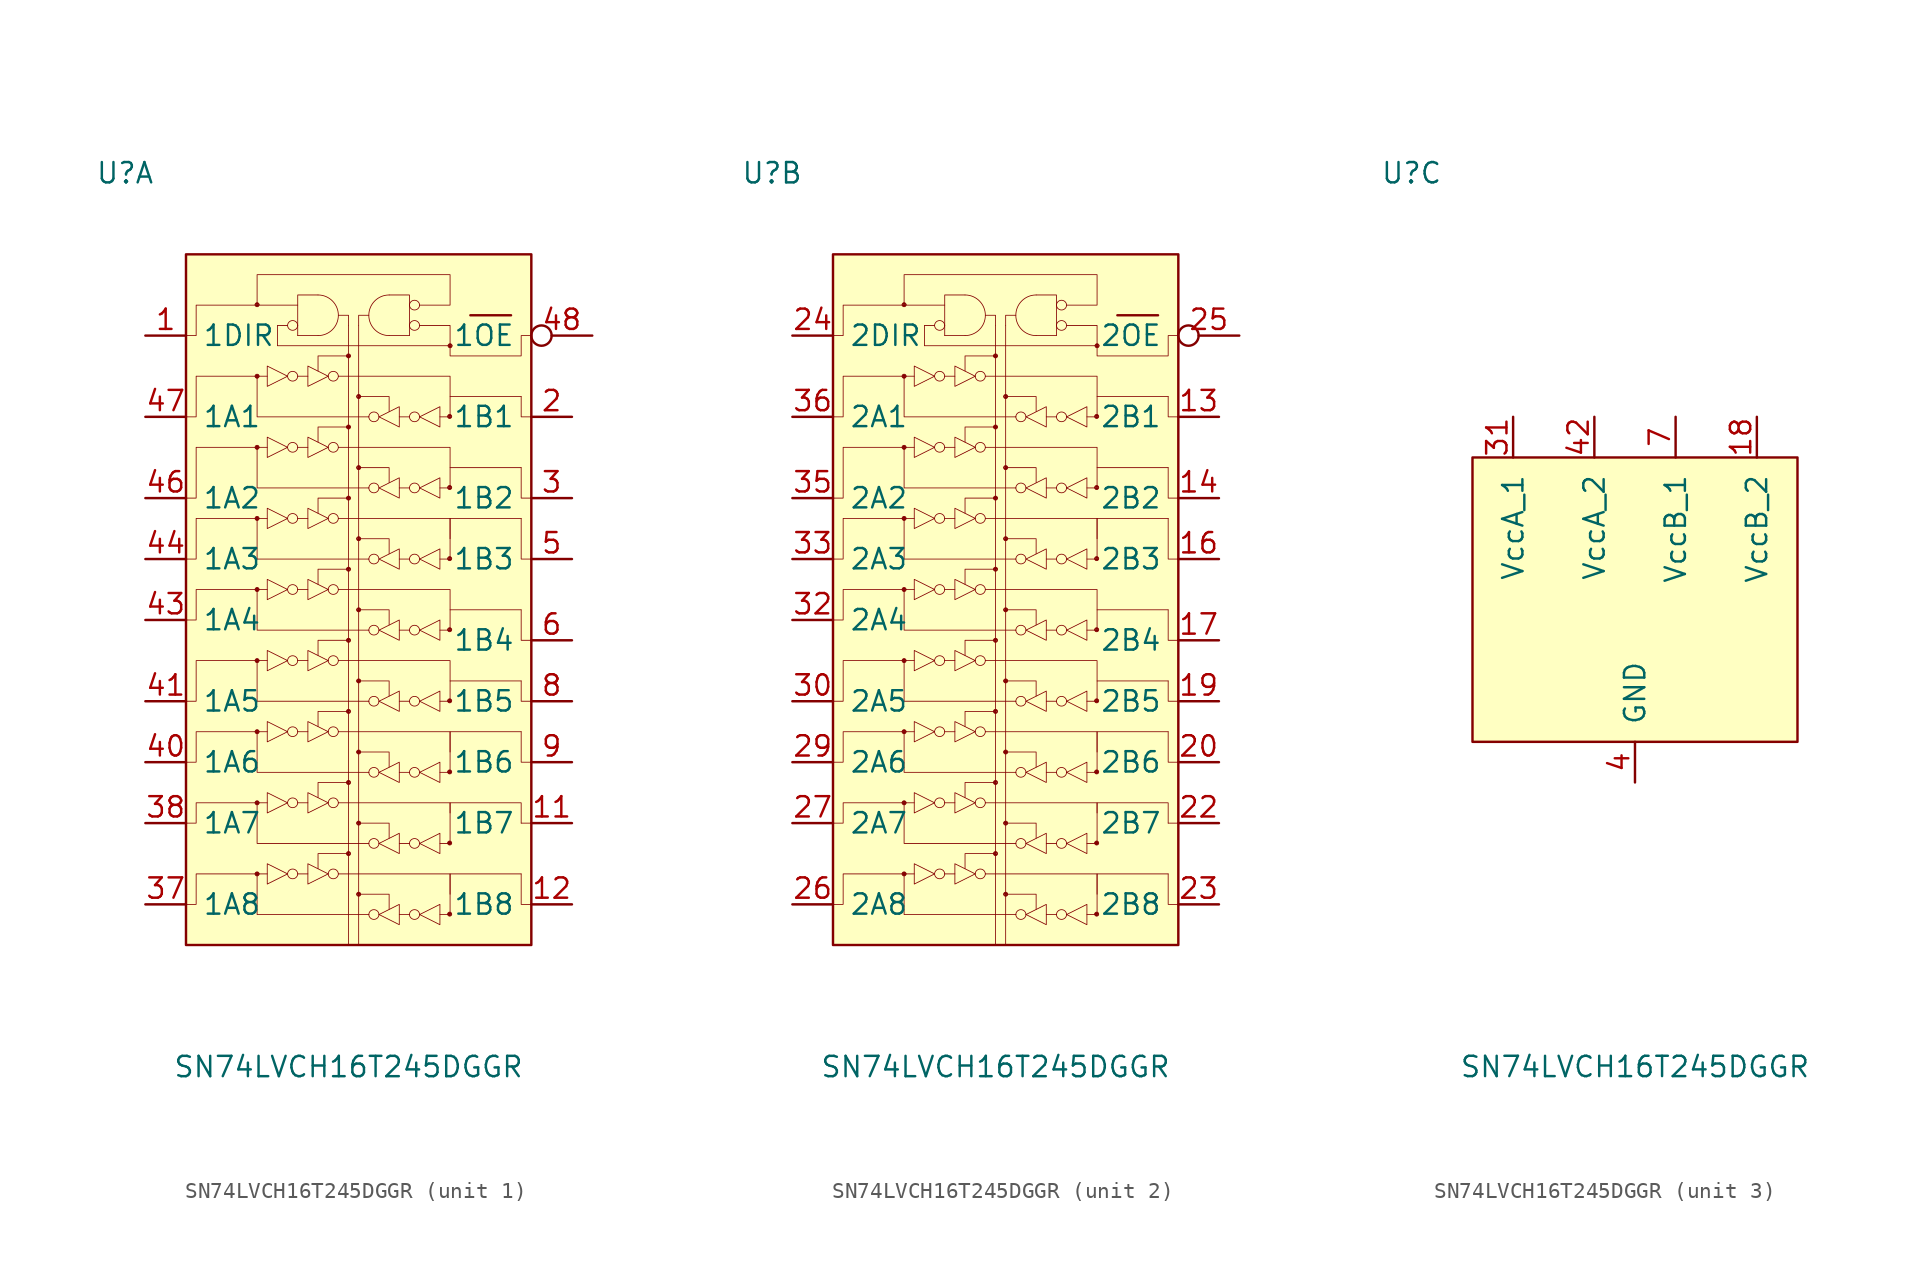
<source format=kicad_sym>
(kicad_symbol_lib
  (version 20211014)
  (generator kicad_symbol_editor)
  (symbol "SN74LVCH16T245DGGR"
    (pin_names
      (offset 1.016))
    (property "Reference" "U"
      (at -13.97 26.67 0)
      (effects (font (size 1.27 1.27))))
    (property "Value" "SN74LVCH16T245DGGR"
      (at 0 -29.21 0)
      (effects (font (size 1.27 1.27))))
    (property "ki_locked" ""
      (at 0 0 0)
      (effects (font (size 1.27 1.27))))
    (symbol "SN74LVCH16T245DGGR_1_1"
      (rectangle (start -10.16 21.59) (end 11.43 -21.59) (stroke (width 0) (type default) (color 0 0 0 0)) (fill (type background)))
      (arc (start -5.842 -17.145) (mid -5.715 -17.272) (end -5.588 -17.145) (stroke (width 0.0508) (type default) (color 0 0 0 0)) (fill (type outline)))
      (arc (start -5.842 -12.7) (mid -5.715 -12.827) (end -5.588 -12.7) (stroke (width 0.0508) (type default) (color 0 0 0 0)) (fill (type outline)))
      (arc (start -5.842 -8.255) (mid -5.715 -8.382) (end -5.588 -8.255) (stroke (width 0.0508) (type default) (color 0 0 0 0)) (fill (type outline)))
      (arc (start -5.842 -3.81) (mid -5.715 -3.937) (end -5.588 -3.81) (stroke (width 0.0508) (type default) (color 0 0 0 0)) (fill (type outline)))
      (arc (start -5.842 0.635) (mid -5.715 0.508) (end -5.588 0.635) (stroke (width 0.0508) (type default) (color 0 0 0 0)) (fill (type outline)))
      (arc (start -5.842 5.08) (mid -5.715 4.953) (end -5.588 5.08) (stroke (width 0.0508) (type default) (color 0 0 0 0)) (fill (type outline)))
      (arc (start -5.842 9.525) (mid -5.715 9.398) (end -5.588 9.525) (stroke (width 0.0508) (type default) (color 0 0 0 0)) (fill (type outline)))
      (arc (start -5.842 13.97) (mid -5.715 13.843) (end -5.588 13.97) (stroke (width 0.0508) (type default) (color 0 0 0 0)) (fill (type outline)))
      (arc (start -5.842 18.4404) (mid -5.715 18.3134) (end -5.588 18.4404) (stroke (width 0.0508) (type default) (color 0 0 0 0)) (fill (type outline)))
      (arc (start -5.588 -17.145) (mid -5.715 -17.018) (end -5.842 -17.145) (stroke (width 0.0508) (type default) (color 0 0 0 0)) (fill (type outline)))
      (arc (start -5.588 -12.7) (mid -5.715 -12.573) (end -5.842 -12.7) (stroke (width 0.0508) (type default) (color 0 0 0 0)) (fill (type outline)))
      (arc (start -5.588 -8.255) (mid -5.715 -8.128) (end -5.842 -8.255) (stroke (width 0.0508) (type default) (color 0 0 0 0)) (fill (type outline)))
      (arc (start -5.588 -3.81) (mid -5.715 -3.683) (end -5.842 -3.81) (stroke (width 0.0508) (type default) (color 0 0 0 0)) (fill (type outline)))
      (arc (start -5.588 0.635) (mid -5.715 0.762) (end -5.842 0.635) (stroke (width 0.0508) (type default) (color 0 0 0 0)) (fill (type outline)))
      (arc (start -5.588 5.08) (mid -5.715 5.207) (end -5.842 5.08) (stroke (width 0.0508) (type default) (color 0 0 0 0)) (fill (type outline)))
      (arc (start -5.588 9.525) (mid -5.715 9.652) (end -5.842 9.525) (stroke (width 0.0508) (type default) (color 0 0 0 0)) (fill (type outline)))
      (arc (start -5.588 13.97) (mid -5.715 14.097) (end -5.842 13.97) (stroke (width 0.0508) (type default) (color 0 0 0 0)) (fill (type outline)))
      (arc (start -5.588 18.4404) (mid -5.715 18.5674) (end -5.842 18.4404) (stroke (width 0.0508) (type default) (color 0 0 0 0)) (fill (type outline)))
      (arc (start -3.81 -17.145) (mid -3.5052 -17.4498) (end -3.175 -17.145) (stroke (width 0.0508) (type default) (color 0 0 0 0)) (fill (type none)))
      (arc (start -3.81 -12.7) (mid -3.5052 -13.0048) (end -3.175 -12.7) (stroke (width 0.0508) (type default) (color 0 0 0 0)) (fill (type none)))
      (arc (start -3.81 -8.255) (mid -3.5052 -8.5598) (end -3.175 -8.255) (stroke (width 0.0508) (type default) (color 0 0 0 0)) (fill (type none)))
      (arc (start -3.81 -3.81) (mid -3.5052 -4.1148) (end -3.175 -3.81) (stroke (width 0.0508) (type default) (color 0 0 0 0)) (fill (type none)))
      (arc (start -3.81 0.635) (mid -3.5052 0.3302) (end -3.175 0.635) (stroke (width 0.0508) (type default) (color 0 0 0 0)) (fill (type none)))
      (arc (start -3.81 5.08) (mid -3.5052 4.7752) (end -3.175 5.08) (stroke (width 0.0508) (type default) (color 0 0 0 0)) (fill (type none)))
      (arc (start -3.81 9.525) (mid -3.5052 9.2202) (end -3.175 9.525) (stroke (width 0.0508) (type default) (color 0 0 0 0)) (fill (type none)))
      (arc (start -3.81 13.97) (mid -3.5052 13.6652) (end -3.175 13.97) (stroke (width 0.0508) (type default) (color 0 0 0 0)) (fill (type none)))
      (arc (start -3.81 17.145) (mid -3.5052 16.8402) (end -3.175 17.145) (stroke (width 0.0508) (type default) (color 0 0 0 0)) (fill (type none)))
      (arc (start -3.175 -17.145) (mid -3.5052 -16.8148) (end -3.81 -17.145) (stroke (width 0.0508) (type default) (color 0 0 0 0)) (fill (type none)))
      (arc (start -3.175 -12.7) (mid -3.5052 -12.3698) (end -3.81 -12.7) (stroke (width 0.0508) (type default) (color 0 0 0 0)) (fill (type none)))
      (arc (start -3.175 -8.255) (mid -3.5052 -7.9248) (end -3.81 -8.255) (stroke (width 0.0508) (type default) (color 0 0 0 0)) (fill (type none)))
      (arc (start -3.175 -3.81) (mid -3.5052 -3.4798) (end -3.81 -3.81) (stroke (width 0.0508) (type default) (color 0 0 0 0)) (fill (type none)))
      (arc (start -3.175 0.635) (mid -3.5052 0.9652) (end -3.81 0.635) (stroke (width 0.0508) (type default) (color 0 0 0 0)) (fill (type none)))
      (arc (start -3.175 5.08) (mid -3.5052 5.4102) (end -3.81 5.08) (stroke (width 0.0508) (type default) (color 0 0 0 0)) (fill (type none)))
      (arc (start -3.175 9.525) (mid -3.5052 9.8552) (end -3.81 9.525) (stroke (width 0.0508) (type default) (color 0 0 0 0)) (fill (type none)))
      (arc (start -3.175 13.97) (mid -3.5052 14.3002) (end -3.81 13.97) (stroke (width 0.0508) (type default) (color 0 0 0 0)) (fill (type none)))
      (arc (start -3.175 17.145) (mid -3.5052 17.4752) (end -3.81 17.145) (stroke (width 0.0508) (type default) (color 0 0 0 0)) (fill (type none)))
      (arc (start -1.905 16.51) (mid -0.635 17.78) (end -1.905 19.05) (stroke (width 0.0508) (type default) (color 0 0 0 0)) (fill (type none)))
      (arc (start -1.27 -17.145) (mid -0.9652 -17.4498) (end -0.635 -17.145) (stroke (width 0.0508) (type default) (color 0 0 0 0)) (fill (type none)))
      (arc (start -1.27 -12.7) (mid -0.9652 -13.0048) (end -0.635 -12.7) (stroke (width 0.0508) (type default) (color 0 0 0 0)) (fill (type none)))
      (arc (start -1.27 -8.255) (mid -0.9652 -8.5598) (end -0.635 -8.255) (stroke (width 0.0508) (type default) (color 0 0 0 0)) (fill (type none)))
      (arc (start -1.27 -3.81) (mid -0.9652 -4.1148) (end -0.635 -3.81) (stroke (width 0.0508) (type default) (color 0 0 0 0)) (fill (type none)))
      (arc (start -1.27 0.635) (mid -0.9652 0.3302) (end -0.635 0.635) (stroke (width 0.0508) (type default) (color 0 0 0 0)) (fill (type none)))
      (arc (start -1.27 5.08) (mid -0.9652 4.7752) (end -0.635 5.08) (stroke (width 0.0508) (type default) (color 0 0 0 0)) (fill (type none)))
      (arc (start -1.27 9.525) (mid -0.9652 9.2202) (end -0.635 9.525) (stroke (width 0.0508) (type default) (color 0 0 0 0)) (fill (type none)))
      (arc (start -1.27 13.97) (mid -0.9652 13.6652) (end -0.635 13.97) (stroke (width 0.0508) (type default) (color 0 0 0 0)) (fill (type none)))
      (arc (start -0.635 -17.145) (mid -0.9652 -16.8148) (end -1.27 -17.145) (stroke (width 0.0508) (type default) (color 0 0 0 0)) (fill (type none)))
      (arc (start -0.635 -12.7) (mid -0.9652 -12.3698) (end -1.27 -12.7) (stroke (width 0.0508) (type default) (color 0 0 0 0)) (fill (type none)))
      (arc (start -0.635 -8.255) (mid -0.9652 -7.9248) (end -1.27 -8.255) (stroke (width 0.0508) (type default) (color 0 0 0 0)) (fill (type none)))
      (arc (start -0.635 -3.81) (mid -0.9652 -3.4798) (end -1.27 -3.81) (stroke (width 0.0508) (type default) (color 0 0 0 0)) (fill (type none)))
      (arc (start -0.635 0.635) (mid -0.9652 0.9652) (end -1.27 0.635) (stroke (width 0.0508) (type default) (color 0 0 0 0)) (fill (type none)))
      (arc (start -0.635 5.08) (mid -0.9652 5.4102) (end -1.27 5.08) (stroke (width 0.0508) (type default) (color 0 0 0 0)) (fill (type none)))
      (arc (start -0.635 9.525) (mid -0.9652 9.8552) (end -1.27 9.525) (stroke (width 0.0508) (type default) (color 0 0 0 0)) (fill (type none)))
      (arc (start -0.635 13.97) (mid -0.9652 14.3002) (end -1.27 13.97) (stroke (width 0.0508) (type default) (color 0 0 0 0)) (fill (type none)))
      (arc (start -0.127 -15.875) (mid -0.127 -15.875) (end -0.127 -15.875) (stroke (width 0.0508) (type default) (color 0 0 0 0)) (fill (type none)))
      (arc (start -0.127 -15.875) (mid 0 -16.002) (end 0.127 -15.875) (stroke (width 0.0508) (type default) (color 0 0 0 0)) (fill (type outline)))
      (arc (start -0.127 -11.43) (mid -0.127 -11.43) (end -0.127 -11.43) (stroke (width 0.0508) (type default) (color 0 0 0 0)) (fill (type none)))
      (arc (start -0.127 -11.43) (mid 0 -11.557) (end 0.127 -11.43) (stroke (width 0.0508) (type default) (color 0 0 0 0)) (fill (type outline)))
      (arc (start -0.127 -6.985) (mid -0.127 -6.985) (end -0.127 -6.985) (stroke (width 0.0508) (type default) (color 0 0 0 0)) (fill (type none)))
      (arc (start -0.127 -6.985) (mid 0 -7.112) (end 0.127 -6.985) (stroke (width 0.0508) (type default) (color 0 0 0 0)) (fill (type outline)))
      (arc (start -0.127 -2.54) (mid -0.127 -2.54) (end -0.127 -2.54) (stroke (width 0.0508) (type default) (color 0 0 0 0)) (fill (type none)))
      (arc (start -0.127 -2.54) (mid 0 -2.667) (end 0.127 -2.54) (stroke (width 0.0508) (type default) (color 0 0 0 0)) (fill (type outline)))
      (arc (start -0.127 1.905) (mid -0.127 1.905) (end -0.127 1.905) (stroke (width 0.0508) (type default) (color 0 0 0 0)) (fill (type none)))
      (arc (start -0.127 1.905) (mid 0 1.778) (end 0.127 1.905) (stroke (width 0.0508) (type default) (color 0 0 0 0)) (fill (type outline)))
      (arc (start -0.127 6.35) (mid -0.127 6.35) (end -0.127 6.35) (stroke (width 0.0508) (type default) (color 0 0 0 0)) (fill (type none)))
      (arc (start -0.127 6.35) (mid 0 6.223) (end 0.127 6.35) (stroke (width 0.0508) (type default) (color 0 0 0 0)) (fill (type outline)))
      (arc (start -0.127 10.795) (mid -0.127 10.795) (end -0.127 10.795) (stroke (width 0.0508) (type default) (color 0 0 0 0)) (fill (type none)))
      (arc (start -0.127 10.795) (mid 0 10.668) (end 0.127 10.795) (stroke (width 0.0508) (type default) (color 0 0 0 0)) (fill (type outline)))
      (arc (start -0.127 15.24) (mid -0.127 15.24) (end -0.127 15.24) (stroke (width 0.0508) (type default) (color 0 0 0 0)) (fill (type none)))
      (arc (start -0.127 15.24) (mid 0 15.113) (end 0.127 15.24) (stroke (width 0.0508) (type default) (color 0 0 0 0)) (fill (type outline)))
      (polyline (pts (xy -3.175 -17.145) (xy -2.54 -17.145)) (stroke (width 0.051) (type default) (color 0 0 0 0)) (fill (type none)))
      (polyline (pts (xy -3.175 -12.7) (xy -2.54 -12.7)) (stroke (width 0.051) (type default) (color 0 0 0 0)) (fill (type none)))
      (polyline (pts (xy -3.175 -8.255) (xy -2.54 -8.255)) (stroke (width 0.051) (type default) (color 0 0 0 0)) (fill (type none)))
      (polyline (pts (xy -3.175 -3.81) (xy -2.54 -3.81)) (stroke (width 0.051) (type default) (color 0 0 0 0)) (fill (type none)))
      (polyline (pts (xy -3.175 0.635) (xy -2.54 0.635)) (stroke (width 0.051) (type default) (color 0 0 0 0)) (fill (type none)))
      (polyline (pts (xy -3.175 5.08) (xy -2.54 5.08)) (stroke (width 0.051) (type default) (color 0 0 0 0)) (fill (type none)))
      (polyline (pts (xy -3.175 9.525) (xy -2.54 9.525)) (stroke (width 0.051) (type default) (color 0 0 0 0)) (fill (type none)))
      (polyline (pts (xy -3.175 13.97) (xy -2.54 13.97)) (stroke (width 0.051) (type default) (color 0 0 0 0)) (fill (type none)))
      (polyline (pts (xy -3.175 16.51) (xy -1.905 16.51)) (stroke (width 0.051) (type default) (color 0 0 0 0)) (fill (type none)))
      (polyline (pts (xy 0 17.145) (xy 0 -21.59)) (stroke (width 0.051) (type default) (color 0 0 0 0)) (fill (type none)))
      (polyline (pts (xy 0.635 17.145) (xy 0.635 -21.59)) (stroke (width 0.051) (type default) (color 0 0 0 0)) (fill (type none)))
      (polyline (pts (xy 3.81 -19.685) (xy 3.175 -19.685)) (stroke (width 0.051) (type default) (color 0 0 0 0)) (fill (type none)))
      (polyline (pts (xy 3.81 -15.24) (xy 3.175 -15.24)) (stroke (width 0.051) (type default) (color 0 0 0 0)) (fill (type none)))
      (polyline (pts (xy 3.81 -10.795) (xy 3.175 -10.795)) (stroke (width 0.051) (type default) (color 0 0 0 0)) (fill (type none)))
      (polyline (pts (xy 3.81 -6.35) (xy 3.175 -6.35)) (stroke (width 0.051) (type default) (color 0 0 0 0)) (fill (type none)))
      (polyline (pts (xy 3.81 -1.905) (xy 3.175 -1.905)) (stroke (width 0.051) (type default) (color 0 0 0 0)) (fill (type none)))
      (polyline (pts (xy 3.81 2.54) (xy 3.175 2.54)) (stroke (width 0.051) (type default) (color 0 0 0 0)) (fill (type none)))
      (polyline (pts (xy 3.81 6.985) (xy 3.175 6.985)) (stroke (width 0.051) (type default) (color 0 0 0 0)) (fill (type none)))
      (polyline (pts (xy 3.81 11.43) (xy 3.175 11.43)) (stroke (width 0.051) (type default) (color 0 0 0 0)) (fill (type none)))
      (polyline (pts (xy 3.81 16.51) (xy 2.54 16.51)) (stroke (width 0.051) (type default) (color 0 0 0 0)) (fill (type none)))
      (polyline (pts (xy 7.62 17.78) (xy 10.16 17.78)) (stroke (width 0) (type default) (color 0 0 0 0)) (fill (type none)))
      (polyline (pts (xy 10.795 -13.97) (xy 11.43 -13.97)) (stroke (width 0.051) (type default) (color 0 0 0 0)) (fill (type none)))
      (polyline (pts (xy -3.175 16.51) (xy -3.175 19.05) (xy -1.905 19.05)) (stroke (width 0.051) (type default) (color 0 0 0 0)) (fill (type none)))
      (polyline (pts (xy -1.905 -16.815) (xy -1.905 -15.875) (xy 0 -15.875)) (stroke (width 0.051) (type default) (color 0 0 0 0)) (fill (type none)))
      (polyline (pts (xy -1.905 -12.37) (xy -1.905 -11.43) (xy 0 -11.43)) (stroke (width 0.051) (type default) (color 0 0 0 0)) (fill (type none)))
      (polyline (pts (xy -1.905 -7.925) (xy -1.905 -6.985) (xy 0 -6.985)) (stroke (width 0.051) (type default) (color 0 0 0 0)) (fill (type none)))
      (polyline (pts (xy -1.905 -3.48) (xy -1.905 -2.54) (xy 0 -2.54)) (stroke (width 0.051) (type default) (color 0 0 0 0)) (fill (type none)))
      (polyline (pts (xy -1.905 0.965) (xy -1.905 1.905) (xy 0 1.905)) (stroke (width 0.051) (type default) (color 0 0 0 0)) (fill (type none)))
      (polyline (pts (xy -1.905 5.41) (xy -1.905 6.35) (xy 0 6.35)) (stroke (width 0.051) (type default) (color 0 0 0 0)) (fill (type none)))
      (polyline (pts (xy -1.905 9.855) (xy -1.905 10.795) (xy 0 10.795)) (stroke (width 0.051) (type default) (color 0 0 0 0)) (fill (type none)))
      (polyline (pts (xy -1.905 14.3) (xy -1.905 15.24) (xy 0 15.24)) (stroke (width 0.051) (type default) (color 0 0 0 0)) (fill (type none)))
      (polyline (pts (xy -0.635 -17.145) (xy 6.35 -17.145) (xy 6.35 -18.415)) (stroke (width 0.051) (type default) (color 0 0 0 0)) (fill (type none)))
      (polyline (pts (xy -0.635 -12.7) (xy 6.35 -12.7) (xy 6.35 -13.335)) (stroke (width 0.051) (type default) (color 0 0 0 0)) (fill (type none)))
      (polyline (pts (xy -0.635 -8.255) (xy 6.35 -8.255) (xy 6.35 -9.525)) (stroke (width 0.051) (type default) (color 0 0 0 0)) (fill (type none)))
      (polyline (pts (xy -0.635 -3.81) (xy 6.35 -3.81) (xy 6.35 -5.08)) (stroke (width 0.051) (type default) (color 0 0 0 0)) (fill (type none)))
      (polyline (pts (xy -0.635 0.635) (xy 6.35 0.635) (xy 6.35 -0.635)) (stroke (width 0.051) (type default) (color 0 0 0 0)) (fill (type none)))
      (polyline (pts (xy -0.635 5.08) (xy 6.35 5.08) (xy 6.35 3.81)) (stroke (width 0.051) (type default) (color 0 0 0 0)) (fill (type none)))
      (polyline (pts (xy -0.635 9.525) (xy 6.35 9.525) (xy 6.35 8.255)) (stroke (width 0.051) (type default) (color 0 0 0 0)) (fill (type none)))
      (polyline (pts (xy -0.635 13.97) (xy 6.35 13.97) (xy 6.35 12.7)) (stroke (width 0.051) (type default) (color 0 0 0 0)) (fill (type none)))
      (polyline (pts (xy 0 17.145) (xy 0 17.78) (xy -0.635 17.78)) (stroke (width 0.051) (type default) (color 0 0 0 0)) (fill (type none)))
      (polyline (pts (xy 0.635 17.145) (xy 0.635 17.78) (xy 1.27 17.78)) (stroke (width 0.051) (type default) (color 0 0 0 0)) (fill (type none)))
      (polyline (pts (xy 1.27 -19.685) (xy -5.715 -19.685) (xy -5.715 -17.145)) (stroke (width 0.051) (type default) (color 0 0 0 0)) (fill (type none)))
      (polyline (pts (xy 1.27 -15.24) (xy -5.715 -15.24) (xy -5.715 -12.7)) (stroke (width 0.051) (type default) (color 0 0 0 0)) (fill (type none)))
      (polyline (pts (xy 1.27 -10.795) (xy -5.715 -10.795) (xy -5.715 -8.255)) (stroke (width 0.051) (type default) (color 0 0 0 0)) (fill (type none)))
      (polyline (pts (xy 1.27 -6.35) (xy -5.715 -6.35) (xy -5.715 -3.81)) (stroke (width 0.051) (type default) (color 0 0 0 0)) (fill (type none)))
      (polyline (pts (xy 1.27 -1.905) (xy -5.715 -1.905) (xy -5.715 0.635)) (stroke (width 0.051) (type default) (color 0 0 0 0)) (fill (type none)))
      (polyline (pts (xy 1.27 2.54) (xy -5.715 2.54) (xy -5.715 5.08)) (stroke (width 0.051) (type default) (color 0 0 0 0)) (fill (type none)))
      (polyline (pts (xy 1.27 6.985) (xy -5.715 6.985) (xy -5.715 9.525)) (stroke (width 0.051) (type default) (color 0 0 0 0)) (fill (type none)))
      (polyline (pts (xy 1.27 11.43) (xy -5.715 11.43) (xy -5.715 13.97)) (stroke (width 0.051) (type default) (color 0 0 0 0)) (fill (type none)))
      (polyline (pts (xy 2.54 -19.355) (xy 2.54 -18.415) (xy 0.635 -18.415)) (stroke (width 0.051) (type default) (color 0 0 0 0)) (fill (type none)))
      (polyline (pts (xy 2.54 -14.91) (xy 2.54 -13.97) (xy 0.635 -13.97)) (stroke (width 0.051) (type default) (color 0 0 0 0)) (fill (type none)))
      (polyline (pts (xy 2.54 -10.465) (xy 2.54 -9.525) (xy 0.635 -9.525)) (stroke (width 0.051) (type default) (color 0 0 0 0)) (fill (type none)))
      (polyline (pts (xy 2.54 -6.02) (xy 2.54 -5.08) (xy 0.635 -5.08)) (stroke (width 0.051) (type default) (color 0 0 0 0)) (fill (type none)))
      (polyline (pts (xy 2.54 -1.575) (xy 2.54 -0.635) (xy 0.635 -0.635)) (stroke (width 0.051) (type default) (color 0 0 0 0)) (fill (type none)))
      (polyline (pts (xy 2.54 2.87) (xy 2.54 3.81) (xy 0.635 3.81)) (stroke (width 0.051) (type default) (color 0 0 0 0)) (fill (type none)))
      (polyline (pts (xy 2.54 7.315) (xy 2.54 8.255) (xy 0.635 8.255)) (stroke (width 0.051) (type default) (color 0 0 0 0)) (fill (type none)))
      (polyline (pts (xy 2.54 11.76) (xy 2.54 12.7) (xy 0.635 12.7)) (stroke (width 0.051) (type default) (color 0 0 0 0)) (fill (type none)))
      (polyline (pts (xy 3.81 16.51) (xy 3.81 19.05) (xy 2.54 19.05)) (stroke (width 0.051) (type default) (color 0 0 0 0)) (fill (type none)))
      (polyline (pts (xy 10.795 -17.145) (xy 10.795 -19.05) (xy 11.43 -19.05)) (stroke (width 0.051) (type default) (color 0 0 0 0)) (fill (type none)))
      (polyline (pts (xy 10.795 -8.255) (xy 10.795 -10.16) (xy 11.43 -10.16)) (stroke (width 0.051) (type default) (color 0 0 0 0)) (fill (type none)))
      (polyline (pts (xy 10.795 -5.08) (xy 10.795 -6.35) (xy 11.43 -6.35)) (stroke (width 0.051) (type default) (color 0 0 0 0)) (fill (type none)))
      (polyline (pts (xy 10.795 -0.635) (xy 10.795 -2.54) (xy 11.43 -2.54)) (stroke (width 0.051) (type default) (color 0 0 0 0)) (fill (type none)))
      (polyline (pts (xy 10.795 5.08) (xy 10.795 2.54) (xy 11.43 2.54)) (stroke (width 0.051) (type default) (color 0 0 0 0)) (fill (type none)))
      (polyline (pts (xy 10.795 8.255) (xy 10.795 6.35) (xy 11.43 6.35)) (stroke (width 0.051) (type default) (color 0 0 0 0)) (fill (type none)))
      (polyline (pts (xy 10.795 12.7) (xy 10.795 11.43) (xy 11.43 11.43)) (stroke (width 0.051) (type default) (color 0 0 0 0)) (fill (type none)))
      (polyline (pts (xy -10.16 -19.05) (xy -9.525 -19.05) (xy -9.525 -17.145) (xy -5.08 -17.145)) (stroke (width 0.051) (type default) (color 0 0 0 0)) (fill (type none)))
      (polyline (pts (xy -10.16 -13.97) (xy -9.525 -13.97) (xy -9.525 -12.7) (xy -5.08 -12.7)) (stroke (width 0.051) (type default) (color 0 0 0 0)) (fill (type none)))
      (polyline (pts (xy -10.16 -10.16) (xy -9.525 -10.16) (xy -9.525 -8.255) (xy -5.08 -8.255)) (stroke (width 0.051) (type default) (color 0 0 0 0)) (fill (type none)))
      (polyline (pts (xy -10.16 -6.35) (xy -9.525 -6.35) (xy -9.525 -3.81) (xy -5.08 -3.81)) (stroke (width 0.051) (type default) (color 0 0 0 0)) (fill (type none)))
      (polyline (pts (xy -10.16 -1.27) (xy -9.525 -1.27) (xy -9.525 0.635) (xy -5.08 0.635)) (stroke (width 0.051) (type default) (color 0 0 0 0)) (fill (type none)))
      (polyline (pts (xy -10.16 2.54) (xy -9.525 2.54) (xy -9.525 5.08) (xy -5.08 5.08)) (stroke (width 0.051) (type default) (color 0 0 0 0)) (fill (type none)))
      (polyline (pts (xy -10.16 6.35) (xy -9.525 6.35) (xy -9.525 9.525) (xy -5.08 9.525)) (stroke (width 0.051) (type default) (color 0 0 0 0)) (fill (type none)))
      (polyline (pts (xy -10.16 11.43) (xy -9.525 11.43) (xy -9.525 13.97) (xy -5.08 13.97)) (stroke (width 0.051) (type default) (color 0 0 0 0)) (fill (type none)))
      (polyline (pts (xy -5.08 -16.51) (xy -5.08 -17.78) (xy -3.81 -17.145) (xy -5.08 -16.51)) (stroke (width 0.051) (type default) (color 0 0 0 0)) (fill (type none)))
      (polyline (pts (xy -5.08 -12.065) (xy -5.08 -13.335) (xy -3.81 -12.7) (xy -5.08 -12.065)) (stroke (width 0.051) (type default) (color 0 0 0 0)) (fill (type none)))
      (polyline (pts (xy -5.08 -7.62) (xy -5.08 -8.89) (xy -3.81 -8.255) (xy -5.08 -7.62)) (stroke (width 0.051) (type default) (color 0 0 0 0)) (fill (type none)))
      (polyline (pts (xy -5.08 -3.175) (xy -5.08 -4.445) (xy -3.81 -3.81) (xy -5.08 -3.175)) (stroke (width 0.051) (type default) (color 0 0 0 0)) (fill (type none)))
      (polyline (pts (xy -5.08 1.27) (xy -5.08 0) (xy -3.81 0.635) (xy -5.08 1.27)) (stroke (width 0.051) (type default) (color 0 0 0 0)) (fill (type none)))
      (polyline (pts (xy -5.08 5.715) (xy -5.08 4.445) (xy -3.81 5.08) (xy -5.08 5.715)) (stroke (width 0.051) (type default) (color 0 0 0 0)) (fill (type none)))
      (polyline (pts (xy -5.08 10.16) (xy -5.08 8.89) (xy -3.81 9.525) (xy -5.08 10.16)) (stroke (width 0.051) (type default) (color 0 0 0 0)) (fill (type none)))
      (polyline (pts (xy -5.08 14.605) (xy -5.08 13.335) (xy -3.81 13.97) (xy -5.08 14.605)) (stroke (width 0.051) (type default) (color 0 0 0 0)) (fill (type none)))
      (polyline (pts (xy -3.175 18.415) (xy -9.525 18.415) (xy -9.525 16.51) (xy -10.16 16.51)) (stroke (width 0.051) (type default) (color 0 0 0 0)) (fill (type none)))
      (polyline (pts (xy -2.54 -16.51) (xy -2.54 -17.78) (xy -1.27 -17.145) (xy -2.54 -16.51)) (stroke (width 0.051) (type default) (color 0 0 0 0)) (fill (type none)))
      (polyline (pts (xy -2.54 -12.065) (xy -2.54 -13.335) (xy -1.27 -12.7) (xy -2.54 -12.065)) (stroke (width 0.051) (type default) (color 0 0 0 0)) (fill (type none)))
      (polyline (pts (xy -2.54 -7.62) (xy -2.54 -8.89) (xy -1.27 -8.255) (xy -2.54 -7.62)) (stroke (width 0.051) (type default) (color 0 0 0 0)) (fill (type none)))
      (polyline (pts (xy -2.54 -3.175) (xy -2.54 -4.445) (xy -1.27 -3.81) (xy -2.54 -3.175)) (stroke (width 0.051) (type default) (color 0 0 0 0)) (fill (type none)))
      (polyline (pts (xy -2.54 1.27) (xy -2.54 0) (xy -1.27 0.635) (xy -2.54 1.27)) (stroke (width 0.051) (type default) (color 0 0 0 0)) (fill (type none)))
      (polyline (pts (xy -2.54 5.715) (xy -2.54 4.445) (xy -1.27 5.08) (xy -2.54 5.715)) (stroke (width 0.051) (type default) (color 0 0 0 0)) (fill (type none)))
      (polyline (pts (xy -2.54 10.16) (xy -2.54 8.89) (xy -1.27 9.525) (xy -2.54 10.16)) (stroke (width 0.051) (type default) (color 0 0 0 0)) (fill (type none)))
      (polyline (pts (xy -2.54 14.605) (xy -2.54 13.335) (xy -1.27 13.97) (xy -2.54 14.605)) (stroke (width 0.051) (type default) (color 0 0 0 0)) (fill (type none)))
      (polyline (pts (xy 3.175 -20.32) (xy 3.175 -19.05) (xy 1.905 -19.685) (xy 3.175 -20.32)) (stroke (width 0.051) (type default) (color 0 0 0 0)) (fill (type none)))
      (polyline (pts (xy 3.175 -15.875) (xy 3.175 -14.605) (xy 1.905 -15.24) (xy 3.175 -15.875)) (stroke (width 0.051) (type default) (color 0 0 0 0)) (fill (type none)))
      (polyline (pts (xy 3.175 -11.43) (xy 3.175 -10.16) (xy 1.905 -10.795) (xy 3.175 -11.43)) (stroke (width 0.051) (type default) (color 0 0 0 0)) (fill (type none)))
      (polyline (pts (xy 3.175 -6.985) (xy 3.175 -5.715) (xy 1.905 -6.35) (xy 3.175 -6.985)) (stroke (width 0.051) (type default) (color 0 0 0 0)) (fill (type none)))
      (polyline (pts (xy 3.175 -2.54) (xy 3.175 -1.27) (xy 1.905 -1.905) (xy 3.175 -2.54)) (stroke (width 0.051) (type default) (color 0 0 0 0)) (fill (type none)))
      (polyline (pts (xy 3.175 1.905) (xy 3.175 3.175) (xy 1.905 2.54) (xy 3.175 1.905)) (stroke (width 0.051) (type default) (color 0 0 0 0)) (fill (type none)))
      (polyline (pts (xy 3.175 6.35) (xy 3.175 7.62) (xy 1.905 6.985) (xy 3.175 6.35)) (stroke (width 0.051) (type default) (color 0 0 0 0)) (fill (type none)))
      (polyline (pts (xy 3.175 10.795) (xy 3.175 12.065) (xy 1.905 11.43) (xy 3.175 10.795)) (stroke (width 0.051) (type default) (color 0 0 0 0)) (fill (type none)))
      (polyline (pts (xy 5.715 -20.32) (xy 5.715 -19.05) (xy 4.445 -19.685) (xy 5.715 -20.32)) (stroke (width 0.051) (type default) (color 0 0 0 0)) (fill (type none)))
      (polyline (pts (xy 5.715 -15.875) (xy 5.715 -14.605) (xy 4.445 -15.24) (xy 5.715 -15.875)) (stroke (width 0.051) (type default) (color 0 0 0 0)) (fill (type none)))
      (polyline (pts (xy 5.715 -11.43) (xy 5.715 -10.16) (xy 4.445 -10.795) (xy 5.715 -11.43)) (stroke (width 0.051) (type default) (color 0 0 0 0)) (fill (type none)))
      (polyline (pts (xy 5.715 -6.985) (xy 5.715 -5.715) (xy 4.445 -6.35) (xy 5.715 -6.985)) (stroke (width 0.051) (type default) (color 0 0 0 0)) (fill (type none)))
      (polyline (pts (xy 5.715 -2.54) (xy 5.715 -1.27) (xy 4.445 -1.905) (xy 5.715 -2.54)) (stroke (width 0.051) (type default) (color 0 0 0 0)) (fill (type none)))
      (polyline (pts (xy 5.715 1.905) (xy 5.715 3.175) (xy 4.445 2.54) (xy 5.715 1.905)) (stroke (width 0.051) (type default) (color 0 0 0 0)) (fill (type none)))
      (polyline (pts (xy 5.715 6.35) (xy 5.715 7.62) (xy 4.445 6.985) (xy 5.715 6.35)) (stroke (width 0.051) (type default) (color 0 0 0 0)) (fill (type none)))
      (polyline (pts (xy 5.715 10.795) (xy 5.715 12.065) (xy 4.445 11.43) (xy 5.715 10.795)) (stroke (width 0.051) (type default) (color 0 0 0 0)) (fill (type none)))
      (polyline (pts (xy 6.35 15.875) (xy -4.445 15.875) (xy -4.445 17.145) (xy -3.81 17.145)) (stroke (width 0.051) (type default) (color 0 0 0 0)) (fill (type none)))
      (polyline (pts (xy 5.715 -19.685) (xy 6.35 -19.685) (xy 6.35 -17.145) (xy 6.985 -17.145) (xy 10.795 -17.145)) (stroke (width 0.051) (type default) (color 0 0 0 0)) (fill (type none)))
      (polyline (pts (xy 5.715 -15.24) (xy 6.35 -15.24) (xy 6.35 -12.7) (xy 10.795 -12.7) (xy 10.795 -13.97)) (stroke (width 0.051) (type default) (color 0 0 0 0)) (fill (type none)))
      (polyline (pts (xy 5.715 -10.795) (xy 6.35 -10.795) (xy 6.35 -8.255) (xy 6.985 -8.255) (xy 10.795 -8.255)) (stroke (width 0.051) (type default) (color 0 0 0 0)) (fill (type none)))
      (polyline (pts (xy 5.715 -6.35) (xy 6.35 -6.35) (xy 6.35 -5.08) (xy 7.62 -5.08) (xy 10.795 -5.08)) (stroke (width 0.051) (type default) (color 0 0 0 0)) (fill (type none)))
      (polyline (pts (xy 5.715 -1.905) (xy 6.35 -1.905) (xy 6.35 -0.635) (xy 7.62 -0.635) (xy 10.795 -0.635)) (stroke (width 0.051) (type default) (color 0 0 0 0)) (fill (type none)))
      (polyline (pts (xy 5.715 2.54) (xy 6.35 2.54) (xy 6.35 5.08) (xy 6.985 5.08) (xy 10.795 5.08)) (stroke (width 0.051) (type default) (color 0 0 0 0)) (fill (type none)))
      (polyline (pts (xy 5.715 6.985) (xy 6.35 6.985) (xy 6.35 8.255) (xy 7.62 8.255) (xy 10.795 8.255)) (stroke (width 0.051) (type default) (color 0 0 0 0)) (fill (type none)))
      (polyline (pts (xy 5.715 11.43) (xy 6.35 11.43) (xy 6.35 12.7) (xy 7.62 12.7) (xy 10.795 12.7)) (stroke (width 0.051) (type default) (color 0 0 0 0)) (fill (type none)))
      (polyline (pts (xy 4.445 17.145) (xy 6.35 17.145) (xy 6.35 15.24) (xy 10.795 15.24) (xy 10.795 16.51) (xy 11.43 16.51)) (stroke (width 0.051) (type default) (color 0 0 0 0)) (fill (type none)))
      (polyline (pts (xy 4.445 18.415) (xy 6.35 18.415) (xy 6.35 19.685) (xy 6.35 20.32) (xy -5.715 20.32) (xy -5.715 18.415)) (stroke (width 0.051) (type default) (color 0 0 0 0)) (fill (type none)))
      (arc (start 0.127 -15.875) (mid 0 -15.748) (end -0.127 -15.875) (stroke (width 0.0508) (type default) (color 0 0 0 0)) (fill (type outline)))
      (arc (start 0.127 -11.43) (mid 0 -11.303) (end -0.127 -11.43) (stroke (width 0.0508) (type default) (color 0 0 0 0)) (fill (type outline)))
      (arc (start 0.127 -6.985) (mid 0 -6.858) (end -0.127 -6.985) (stroke (width 0.0508) (type default) (color 0 0 0 0)) (fill (type outline)))
      (arc (start 0.127 -2.54) (mid 0 -2.413) (end -0.127 -2.54) (stroke (width 0.0508) (type default) (color 0 0 0 0)) (fill (type outline)))
      (arc (start 0.127 1.905) (mid 0 2.032) (end -0.127 1.905) (stroke (width 0.0508) (type default) (color 0 0 0 0)) (fill (type outline)))
      (arc (start 0.127 6.35) (mid 0 6.477) (end -0.127 6.35) (stroke (width 0.0508) (type default) (color 0 0 0 0)) (fill (type outline)))
      (arc (start 0.127 10.795) (mid 0 10.922) (end -0.127 10.795) (stroke (width 0.0508) (type default) (color 0 0 0 0)) (fill (type outline)))
      (arc (start 0.127 15.24) (mid 0 15.367) (end -0.127 15.24) (stroke (width 0.0508) (type default) (color 0 0 0 0)) (fill (type outline)))
      (arc (start 0.508 -18.415) (mid 0.635 -18.542) (end 0.762 -18.415) (stroke (width 0.0508) (type default) (color 0 0 0 0)) (fill (type outline)))
      (arc (start 0.508 -13.97) (mid 0.635 -14.097) (end 0.762 -13.97) (stroke (width 0.0508) (type default) (color 0 0 0 0)) (fill (type outline)))
      (arc (start 0.508 -9.525) (mid 0.635 -9.652) (end 0.762 -9.525) (stroke (width 0.0508) (type default) (color 0 0 0 0)) (fill (type outline)))
      (arc (start 0.508 -5.08) (mid 0.635 -5.207) (end 0.762 -5.08) (stroke (width 0.0508) (type default) (color 0 0 0 0)) (fill (type outline)))
      (arc (start 0.508 -0.635) (mid 0.635 -0.762) (end 0.762 -0.635) (stroke (width 0.0508) (type default) (color 0 0 0 0)) (fill (type outline)))
      (arc (start 0.508 3.81) (mid 0.635 3.683) (end 0.762 3.81) (stroke (width 0.0508) (type default) (color 0 0 0 0)) (fill (type outline)))
      (arc (start 0.508 8.255) (mid 0.635 8.128) (end 0.762 8.255) (stroke (width 0.0508) (type default) (color 0 0 0 0)) (fill (type outline)))
      (arc (start 0.508 12.7) (mid 0.635 12.573) (end 0.762 12.7) (stroke (width 0.0508) (type default) (color 0 0 0 0)) (fill (type outline)))
      (arc (start 0.762 -18.415) (mid 0.635 -18.288) (end 0.508 -18.415) (stroke (width 0.0508) (type default) (color 0 0 0 0)) (fill (type outline)))
      (arc (start 0.762 -13.97) (mid 0.635 -13.843) (end 0.508 -13.97) (stroke (width 0.0508) (type default) (color 0 0 0 0)) (fill (type outline)))
      (arc (start 0.762 -9.525) (mid 0.635 -9.398) (end 0.508 -9.525) (stroke (width 0.0508) (type default) (color 0 0 0 0)) (fill (type outline)))
      (arc (start 0.762 -5.08) (mid 0.635 -4.953) (end 0.508 -5.08) (stroke (width 0.0508) (type default) (color 0 0 0 0)) (fill (type outline)))
      (arc (start 0.762 -0.635) (mid 0.635 -0.508) (end 0.508 -0.635) (stroke (width 0.0508) (type default) (color 0 0 0 0)) (fill (type outline)))
      (arc (start 0.762 3.81) (mid 0.635 3.937) (end 0.508 3.81) (stroke (width 0.0508) (type default) (color 0 0 0 0)) (fill (type outline)))
      (arc (start 0.762 8.255) (mid 0.635 8.382) (end 0.508 8.255) (stroke (width 0.0508) (type default) (color 0 0 0 0)) (fill (type outline)))
      (arc (start 0.762 12.7) (mid 0.635 12.827) (end 0.508 12.7) (stroke (width 0.0508) (type default) (color 0 0 0 0)) (fill (type outline)))
      (arc (start 1.27 -19.685) (mid 1.6002 -20.0152) (end 1.905 -19.685) (stroke (width 0.0508) (type default) (color 0 0 0 0)) (fill (type none)))
      (arc (start 1.27 -15.24) (mid 1.6002 -15.5702) (end 1.905 -15.24) (stroke (width 0.0508) (type default) (color 0 0 0 0)) (fill (type none)))
      (arc (start 1.27 -10.795) (mid 1.6002 -11.1252) (end 1.905 -10.795) (stroke (width 0.0508) (type default) (color 0 0 0 0)) (fill (type none)))
      (arc (start 1.27 -6.35) (mid 1.6002 -6.6802) (end 1.905 -6.35) (stroke (width 0.0508) (type default) (color 0 0 0 0)) (fill (type none)))
      (arc (start 1.27 -1.905) (mid 1.6002 -2.2352) (end 1.905 -1.905) (stroke (width 0.0508) (type default) (color 0 0 0 0)) (fill (type none)))
      (arc (start 1.27 2.54) (mid 1.6002 2.2098) (end 1.905 2.54) (stroke (width 0.0508) (type default) (color 0 0 0 0)) (fill (type none)))
      (arc (start 1.27 6.985) (mid 1.6002 6.6548) (end 1.905 6.985) (stroke (width 0.0508) (type default) (color 0 0 0 0)) (fill (type none)))
      (arc (start 1.27 11.43) (mid 1.6002 11.0998) (end 1.905 11.43) (stroke (width 0.0508) (type default) (color 0 0 0 0)) (fill (type none)))
      (arc (start 1.905 -19.685) (mid 1.6002 -19.3802) (end 1.27 -19.685) (stroke (width 0.0508) (type default) (color 0 0 0 0)) (fill (type none)))
      (arc (start 1.905 -15.24) (mid 1.6002 -14.9352) (end 1.27 -15.24) (stroke (width 0.0508) (type default) (color 0 0 0 0)) (fill (type none)))
      (arc (start 1.905 -10.795) (mid 1.6002 -10.4902) (end 1.27 -10.795) (stroke (width 0.0508) (type default) (color 0 0 0 0)) (fill (type none)))
      (arc (start 1.905 -6.35) (mid 1.6002 -6.0452) (end 1.27 -6.35) (stroke (width 0.0508) (type default) (color 0 0 0 0)) (fill (type none)))
      (arc (start 1.905 -1.905) (mid 1.6002 -1.6002) (end 1.27 -1.905) (stroke (width 0.0508) (type default) (color 0 0 0 0)) (fill (type none)))
      (arc (start 1.905 2.54) (mid 1.6002 2.8448) (end 1.27 2.54) (stroke (width 0.0508) (type default) (color 0 0 0 0)) (fill (type none)))
      (arc (start 1.905 6.985) (mid 1.6002 7.2898) (end 1.27 6.985) (stroke (width 0.0508) (type default) (color 0 0 0 0)) (fill (type none)))
      (arc (start 1.905 11.43) (mid 1.6002 11.7348) (end 1.27 11.43) (stroke (width 0.0508) (type default) (color 0 0 0 0)) (fill (type none)))
      (arc (start 2.54 19.05) (mid 1.27 17.78) (end 2.54 16.51) (stroke (width 0.0508) (type default) (color 0 0 0 0)) (fill (type none)))
      (arc (start 3.81 -19.685) (mid 4.1402 -20.0152) (end 4.445 -19.685) (stroke (width 0.0508) (type default) (color 0 0 0 0)) (fill (type none)))
      (arc (start 3.81 -15.24) (mid 4.1402 -15.5702) (end 4.445 -15.24) (stroke (width 0.0508) (type default) (color 0 0 0 0)) (fill (type none)))
      (arc (start 3.81 -10.795) (mid 4.1402 -11.1252) (end 4.445 -10.795) (stroke (width 0.0508) (type default) (color 0 0 0 0)) (fill (type none)))
      (arc (start 3.81 -6.35) (mid 4.1402 -6.6802) (end 4.445 -6.35) (stroke (width 0.0508) (type default) (color 0 0 0 0)) (fill (type none)))
      (arc (start 3.81 -1.905) (mid 4.1402 -2.2352) (end 4.445 -1.905) (stroke (width 0.0508) (type default) (color 0 0 0 0)) (fill (type none)))
      (arc (start 3.81 2.54) (mid 4.1402 2.2098) (end 4.445 2.54) (stroke (width 0.0508) (type default) (color 0 0 0 0)) (fill (type none)))
      (arc (start 3.81 6.985) (mid 4.1402 6.6548) (end 4.445 6.985) (stroke (width 0.0508) (type default) (color 0 0 0 0)) (fill (type none)))
      (arc (start 3.81 11.43) (mid 4.1402 11.0998) (end 4.445 11.43) (stroke (width 0.0508) (type default) (color 0 0 0 0)) (fill (type none)))
      (arc (start 3.81 17.145) (mid 4.1402 16.8148) (end 4.445 17.145) (stroke (width 0.0508) (type default) (color 0 0 0 0)) (fill (type none)))
      (arc (start 3.81 18.415) (mid 4.1402 18.0848) (end 4.445 18.415) (stroke (width 0.0508) (type default) (color 0 0 0 0)) (fill (type none)))
      (arc (start 4.445 -19.685) (mid 4.1402 -19.3802) (end 3.81 -19.685) (stroke (width 0.0508) (type default) (color 0 0 0 0)) (fill (type none)))
      (arc (start 4.445 -15.24) (mid 4.1402 -14.9352) (end 3.81 -15.24) (stroke (width 0.0508) (type default) (color 0 0 0 0)) (fill (type none)))
      (arc (start 4.445 -10.795) (mid 4.1402 -10.4902) (end 3.81 -10.795) (stroke (width 0.0508) (type default) (color 0 0 0 0)) (fill (type none)))
      (arc (start 4.445 -6.35) (mid 4.1402 -6.0452) (end 3.81 -6.35) (stroke (width 0.0508) (type default) (color 0 0 0 0)) (fill (type none)))
      (arc (start 4.445 -1.905) (mid 4.1402 -1.6002) (end 3.81 -1.905) (stroke (width 0.0508) (type default) (color 0 0 0 0)) (fill (type none)))
      (arc (start 4.445 2.54) (mid 4.1402 2.8448) (end 3.81 2.54) (stroke (width 0.0508) (type default) (color 0 0 0 0)) (fill (type none)))
      (arc (start 4.445 6.985) (mid 4.1402 7.2898) (end 3.81 6.985) (stroke (width 0.0508) (type default) (color 0 0 0 0)) (fill (type none)))
      (arc (start 4.445 11.43) (mid 4.1402 11.7348) (end 3.81 11.43) (stroke (width 0.0508) (type default) (color 0 0 0 0)) (fill (type none)))
      (arc (start 4.445 17.145) (mid 4.1402 17.4498) (end 3.81 17.145) (stroke (width 0.0508) (type default) (color 0 0 0 0)) (fill (type none)))
      (arc (start 4.445 18.415) (mid 4.1402 18.7198) (end 3.81 18.415) (stroke (width 0.0508) (type default) (color 0 0 0 0)) (fill (type none)))
      (arc (start 6.1976 -19.6596) (mid 6.3246 -19.7866) (end 6.4516 -19.6596) (stroke (width 0.0508) (type default) (color 0 0 0 0)) (fill (type outline)))
      (arc (start 6.1976 -15.2146) (mid 6.3246 -15.3416) (end 6.4516 -15.2146) (stroke (width 0.0508) (type default) (color 0 0 0 0)) (fill (type outline)))
      (arc (start 6.1976 -10.7696) (mid 6.3246 -10.8966) (end 6.4516 -10.7696) (stroke (width 0.0508) (type default) (color 0 0 0 0)) (fill (type outline)))
      (arc (start 6.1976 -6.3246) (mid 6.3246 -6.4516) (end 6.4516 -6.3246) (stroke (width 0.0508) (type default) (color 0 0 0 0)) (fill (type outline)))
      (arc (start 6.1976 -1.8796) (mid 6.3246 -2.0066) (end 6.4516 -1.8796) (stroke (width 0.0508) (type default) (color 0 0 0 0)) (fill (type outline)))
      (arc (start 6.1976 2.5654) (mid 6.3246 2.4384) (end 6.4516 2.5654) (stroke (width 0.0508) (type default) (color 0 0 0 0)) (fill (type outline)))
      (arc (start 6.1976 7.0104) (mid 6.3246 6.8834) (end 6.4516 7.0104) (stroke (width 0.0508) (type default) (color 0 0 0 0)) (fill (type outline)))
      (arc (start 6.1976 11.4554) (mid 6.3246 11.3284) (end 6.4516 11.4554) (stroke (width 0.0508) (type default) (color 0 0 0 0)) (fill (type outline)))
      (arc (start 6.223 15.875) (mid 6.35 15.748) (end 6.477 15.875) (stroke (width 0.0508) (type default) (color 0 0 0 0)) (fill (type outline)))
      (arc (start 6.4516 -19.6596) (mid 6.3246 -19.5326) (end 6.1976 -19.6596) (stroke (width 0.0508) (type default) (color 0 0 0 0)) (fill (type outline)))
      (arc (start 6.4516 -15.2146) (mid 6.3246 -15.0876) (end 6.1976 -15.2146) (stroke (width 0.0508) (type default) (color 0 0 0 0)) (fill (type outline)))
      (arc (start 6.4516 -10.7696) (mid 6.3246 -10.6426) (end 6.1976 -10.7696) (stroke (width 0.0508) (type default) (color 0 0 0 0)) (fill (type outline)))
      (arc (start 6.4516 -6.3246) (mid 6.3246 -6.1976) (end 6.1976 -6.3246) (stroke (width 0.0508) (type default) (color 0 0 0 0)) (fill (type outline)))
      (arc (start 6.4516 -1.8796) (mid 6.3246 -1.7526) (end 6.1976 -1.8796) (stroke (width 0.0508) (type default) (color 0 0 0 0)) (fill (type outline)))
      (arc (start 6.4516 2.5654) (mid 6.3246 2.6924) (end 6.1976 2.5654) (stroke (width 0.0508) (type default) (color 0 0 0 0)) (fill (type outline)))
      (arc (start 6.4516 7.0104) (mid 6.3246 7.1374) (end 6.1976 7.0104) (stroke (width 0.0508) (type default) (color 0 0 0 0)) (fill (type outline)))
      (arc (start 6.4516 11.4554) (mid 6.3246 11.5824) (end 6.1976 11.4554) (stroke (width 0.0508) (type default) (color 0 0 0 0)) (fill (type outline)))
      (arc (start 6.477 15.875) (mid 6.35 16.002) (end 6.223 15.875) (stroke (width 0.0508) (type default) (color 0 0 0 0)) (fill (type outline)))
      (pin input line (at -12.7 16.51 0) (length 2.54) (name "1DIR" (effects (font (size 1.27 1.27)))) (number "1" (effects (font (size 1.27 1.27)))))
      (pin bidirectional line (at 13.97 -13.97 180) (length 2.54) (name "1B7" (effects (font (size 1.27 1.27)))) (number "11" (effects (font (size 1.27 1.27)))))
      (pin bidirectional line (at 13.97 -19.05 180) (length 2.54) (name "1B8" (effects (font (size 1.27 1.27)))) (number "12" (effects (font (size 1.27 1.27)))))
      (pin bidirectional line (at 13.97 11.43 180) (length 2.54) (name "1B1" (effects (font (size 1.27 1.27)))) (number "2" (effects (font (size 1.27 1.27)))))
      (pin bidirectional line (at 13.97 6.35 180) (length 2.54) (name "1B2" (effects (font (size 1.27 1.27)))) (number "3" (effects (font (size 1.27 1.27)))))
      (pin bidirectional line (at -12.7 -19.05 0) (length 2.54) (name "1A8" (effects (font (size 1.27 1.27)))) (number "37" (effects (font (size 1.27 1.27)))))
      (pin bidirectional line (at -12.7 -13.97 0) (length 2.54) (name "1A7" (effects (font (size 1.27 1.27)))) (number "38" (effects (font (size 1.27 1.27)))))
      (pin bidirectional line (at -12.7 -10.16 0) (length 2.54) (name "1A6" (effects (font (size 1.27 1.27)))) (number "40" (effects (font (size 1.27 1.27)))))
      (pin bidirectional line (at -12.7 -6.35 0) (length 2.54) (name "1A5" (effects (font (size 1.27 1.27)))) (number "41" (effects (font (size 1.27 1.27)))))
      (pin bidirectional line (at -12.7 -1.27 0) (length 2.54) (name "1A4" (effects (font (size 1.27 1.27)))) (number "43" (effects (font (size 1.27 1.27)))))
      (pin bidirectional line (at -12.7 2.54 0) (length 2.54) (name "1A3" (effects (font (size 1.27 1.27)))) (number "44" (effects (font (size 1.27 1.27)))))
      (pin bidirectional line (at -12.7 6.35 0) (length 2.54) (name "1A2" (effects (font (size 1.27 1.27)))) (number "46" (effects (font (size 1.27 1.27)))))
      (pin bidirectional line (at -12.7 11.43 0) (length 2.54) (name "1A1" (effects (font (size 1.27 1.27)))) (number "47" (effects (font (size 1.27 1.27)))))
      (pin input inverted (at 15.24 16.51 180) (length 3.81) (name "1OE" (effects (font (size 1.27 1.27)))) (number "48" (effects (font (size 1.27 1.27)))))
      (pin bidirectional line (at 13.97 2.54 180) (length 2.54) (name "1B3" (effects (font (size 1.27 1.27)))) (number "5" (effects (font (size 1.27 1.27)))))
      (pin bidirectional line (at 13.97 -2.54 180) (length 2.54) (name "1B4" (effects (font (size 1.27 1.27)))) (number "6" (effects (font (size 1.27 1.27)))))
      (pin bidirectional line (at 13.97 -6.35 180) (length 2.54) (name "1B5" (effects (font (size 1.27 1.27)))) (number "8" (effects (font (size 1.27 1.27)))))
      (pin bidirectional line (at 13.97 -10.16 180) (length 2.54) (name "1B6" (effects (font (size 1.27 1.27)))) (number "9" (effects (font (size 1.27 1.27))))))
    (symbol "SN74LVCH16T245DGGR_2_1"
      (rectangle (start -10.16 21.59) (end 11.43 -21.59) (stroke (width 0) (type default) (color 0 0 0 0)) (fill (type background)))
      (arc (start -5.842 -17.145) (mid -5.715 -17.272) (end -5.588 -17.145) (stroke (width 0.0508) (type default) (color 0 0 0 0)) (fill (type outline)))
      (arc (start -5.842 -12.7) (mid -5.715 -12.827) (end -5.588 -12.7) (stroke (width 0.0508) (type default) (color 0 0 0 0)) (fill (type outline)))
      (arc (start -5.842 -8.255) (mid -5.715 -8.382) (end -5.588 -8.255) (stroke (width 0.0508) (type default) (color 0 0 0 0)) (fill (type outline)))
      (arc (start -5.842 -3.81) (mid -5.715 -3.937) (end -5.588 -3.81) (stroke (width 0.0508) (type default) (color 0 0 0 0)) (fill (type outline)))
      (arc (start -5.842 0.635) (mid -5.715 0.508) (end -5.588 0.635) (stroke (width 0.0508) (type default) (color 0 0 0 0)) (fill (type outline)))
      (arc (start -5.842 5.08) (mid -5.715 4.953) (end -5.588 5.08) (stroke (width 0.0508) (type default) (color 0 0 0 0)) (fill (type outline)))
      (arc (start -5.842 9.525) (mid -5.715 9.398) (end -5.588 9.525) (stroke (width 0.0508) (type default) (color 0 0 0 0)) (fill (type outline)))
      (arc (start -5.842 13.97) (mid -5.715 13.843) (end -5.588 13.97) (stroke (width 0.0508) (type default) (color 0 0 0 0)) (fill (type outline)))
      (arc (start -5.842 18.4404) (mid -5.715 18.3134) (end -5.588 18.4404) (stroke (width 0.0508) (type default) (color 0 0 0 0)) (fill (type outline)))
      (arc (start -5.588 -17.145) (mid -5.715 -17.018) (end -5.842 -17.145) (stroke (width 0.0508) (type default) (color 0 0 0 0)) (fill (type outline)))
      (arc (start -5.588 -12.7) (mid -5.715 -12.573) (end -5.842 -12.7) (stroke (width 0.0508) (type default) (color 0 0 0 0)) (fill (type outline)))
      (arc (start -5.588 -8.255) (mid -5.715 -8.128) (end -5.842 -8.255) (stroke (width 0.0508) (type default) (color 0 0 0 0)) (fill (type outline)))
      (arc (start -5.588 -3.81) (mid -5.715 -3.683) (end -5.842 -3.81) (stroke (width 0.0508) (type default) (color 0 0 0 0)) (fill (type outline)))
      (arc (start -5.588 0.635) (mid -5.715 0.762) (end -5.842 0.635) (stroke (width 0.0508) (type default) (color 0 0 0 0)) (fill (type outline)))
      (arc (start -5.588 5.08) (mid -5.715 5.207) (end -5.842 5.08) (stroke (width 0.0508) (type default) (color 0 0 0 0)) (fill (type outline)))
      (arc (start -5.588 9.525) (mid -5.715 9.652) (end -5.842 9.525) (stroke (width 0.0508) (type default) (color 0 0 0 0)) (fill (type outline)))
      (arc (start -5.588 13.97) (mid -5.715 14.097) (end -5.842 13.97) (stroke (width 0.0508) (type default) (color 0 0 0 0)) (fill (type outline)))
      (arc (start -5.588 18.4404) (mid -5.715 18.5674) (end -5.842 18.4404) (stroke (width 0.0508) (type default) (color 0 0 0 0)) (fill (type outline)))
      (arc (start -3.81 -17.145) (mid -3.5052 -17.4498) (end -3.175 -17.145) (stroke (width 0.0508) (type default) (color 0 0 0 0)) (fill (type none)))
      (arc (start -3.81 -12.7) (mid -3.5052 -13.0048) (end -3.175 -12.7) (stroke (width 0.0508) (type default) (color 0 0 0 0)) (fill (type none)))
      (arc (start -3.81 -8.255) (mid -3.5052 -8.5598) (end -3.175 -8.255) (stroke (width 0.0508) (type default) (color 0 0 0 0)) (fill (type none)))
      (arc (start -3.81 -3.81) (mid -3.5052 -4.1148) (end -3.175 -3.81) (stroke (width 0.0508) (type default) (color 0 0 0 0)) (fill (type none)))
      (arc (start -3.81 0.635) (mid -3.5052 0.3302) (end -3.175 0.635) (stroke (width 0.0508) (type default) (color 0 0 0 0)) (fill (type none)))
      (arc (start -3.81 5.08) (mid -3.5052 4.7752) (end -3.175 5.08) (stroke (width 0.0508) (type default) (color 0 0 0 0)) (fill (type none)))
      (arc (start -3.81 9.525) (mid -3.5052 9.2202) (end -3.175 9.525) (stroke (width 0.0508) (type default) (color 0 0 0 0)) (fill (type none)))
      (arc (start -3.81 13.97) (mid -3.5052 13.6652) (end -3.175 13.97) (stroke (width 0.0508) (type default) (color 0 0 0 0)) (fill (type none)))
      (arc (start -3.81 17.145) (mid -3.5052 16.8402) (end -3.175 17.145) (stroke (width 0.0508) (type default) (color 0 0 0 0)) (fill (type none)))
      (arc (start -3.175 -17.145) (mid -3.5052 -16.8148) (end -3.81 -17.145) (stroke (width 0.0508) (type default) (color 0 0 0 0)) (fill (type none)))
      (arc (start -3.175 -12.7) (mid -3.5052 -12.3698) (end -3.81 -12.7) (stroke (width 0.0508) (type default) (color 0 0 0 0)) (fill (type none)))
      (arc (start -3.175 -8.255) (mid -3.5052 -7.9248) (end -3.81 -8.255) (stroke (width 0.0508) (type default) (color 0 0 0 0)) (fill (type none)))
      (arc (start -3.175 -3.81) (mid -3.5052 -3.4798) (end -3.81 -3.81) (stroke (width 0.0508) (type default) (color 0 0 0 0)) (fill (type none)))
      (arc (start -3.175 0.635) (mid -3.5052 0.9652) (end -3.81 0.635) (stroke (width 0.0508) (type default) (color 0 0 0 0)) (fill (type none)))
      (arc (start -3.175 5.08) (mid -3.5052 5.4102) (end -3.81 5.08) (stroke (width 0.0508) (type default) (color 0 0 0 0)) (fill (type none)))
      (arc (start -3.175 9.525) (mid -3.5052 9.8552) (end -3.81 9.525) (stroke (width 0.0508) (type default) (color 0 0 0 0)) (fill (type none)))
      (arc (start -3.175 13.97) (mid -3.5052 14.3002) (end -3.81 13.97) (stroke (width 0.0508) (type default) (color 0 0 0 0)) (fill (type none)))
      (arc (start -3.175 17.145) (mid -3.5052 17.4752) (end -3.81 17.145) (stroke (width 0.0508) (type default) (color 0 0 0 0)) (fill (type none)))
      (arc (start -1.905 16.51) (mid -0.635 17.78) (end -1.905 19.05) (stroke (width 0.0508) (type default) (color 0 0 0 0)) (fill (type none)))
      (arc (start -1.27 -17.145) (mid -0.9652 -17.4498) (end -0.635 -17.145) (stroke (width 0.0508) (type default) (color 0 0 0 0)) (fill (type none)))
      (arc (start -1.27 -12.7) (mid -0.9652 -13.0048) (end -0.635 -12.7) (stroke (width 0.0508) (type default) (color 0 0 0 0)) (fill (type none)))
      (arc (start -1.27 -8.255) (mid -0.9652 -8.5598) (end -0.635 -8.255) (stroke (width 0.0508) (type default) (color 0 0 0 0)) (fill (type none)))
      (arc (start -1.27 -3.81) (mid -0.9652 -4.1148) (end -0.635 -3.81) (stroke (width 0.0508) (type default) (color 0 0 0 0)) (fill (type none)))
      (arc (start -1.27 0.635) (mid -0.9652 0.3302) (end -0.635 0.635) (stroke (width 0.0508) (type default) (color 0 0 0 0)) (fill (type none)))
      (arc (start -1.27 5.08) (mid -0.9652 4.7752) (end -0.635 5.08) (stroke (width 0.0508) (type default) (color 0 0 0 0)) (fill (type none)))
      (arc (start -1.27 9.525) (mid -0.9652 9.2202) (end -0.635 9.525) (stroke (width 0.0508) (type default) (color 0 0 0 0)) (fill (type none)))
      (arc (start -1.27 13.97) (mid -0.9652 13.6652) (end -0.635 13.97) (stroke (width 0.0508) (type default) (color 0 0 0 0)) (fill (type none)))
      (arc (start -0.635 -17.145) (mid -0.9652 -16.8148) (end -1.27 -17.145) (stroke (width 0.0508) (type default) (color 0 0 0 0)) (fill (type none)))
      (arc (start -0.635 -12.7) (mid -0.9652 -12.3698) (end -1.27 -12.7) (stroke (width 0.0508) (type default) (color 0 0 0 0)) (fill (type none)))
      (arc (start -0.635 -8.255) (mid -0.9652 -7.9248) (end -1.27 -8.255) (stroke (width 0.0508) (type default) (color 0 0 0 0)) (fill (type none)))
      (arc (start -0.635 -3.81) (mid -0.9652 -3.4798) (end -1.27 -3.81) (stroke (width 0.0508) (type default) (color 0 0 0 0)) (fill (type none)))
      (arc (start -0.635 0.635) (mid -0.9652 0.9652) (end -1.27 0.635) (stroke (width 0.0508) (type default) (color 0 0 0 0)) (fill (type none)))
      (arc (start -0.635 5.08) (mid -0.9652 5.4102) (end -1.27 5.08) (stroke (width 0.0508) (type default) (color 0 0 0 0)) (fill (type none)))
      (arc (start -0.635 9.525) (mid -0.9652 9.8552) (end -1.27 9.525) (stroke (width 0.0508) (type default) (color 0 0 0 0)) (fill (type none)))
      (arc (start -0.635 13.97) (mid -0.9652 14.3002) (end -1.27 13.97) (stroke (width 0.0508) (type default) (color 0 0 0 0)) (fill (type none)))
      (arc (start -0.127 -15.875) (mid -0.127 -15.875) (end -0.127 -15.875) (stroke (width 0.0508) (type default) (color 0 0 0 0)) (fill (type none)))
      (arc (start -0.127 -15.875) (mid 0 -16.002) (end 0.127 -15.875) (stroke (width 0.0508) (type default) (color 0 0 0 0)) (fill (type outline)))
      (arc (start -0.127 -11.43) (mid -0.127 -11.43) (end -0.127 -11.43) (stroke (width 0.0508) (type default) (color 0 0 0 0)) (fill (type none)))
      (arc (start -0.127 -11.43) (mid 0 -11.557) (end 0.127 -11.43) (stroke (width 0.0508) (type default) (color 0 0 0 0)) (fill (type outline)))
      (arc (start -0.127 -6.985) (mid -0.127 -6.985) (end -0.127 -6.985) (stroke (width 0.0508) (type default) (color 0 0 0 0)) (fill (type none)))
      (arc (start -0.127 -6.985) (mid 0 -7.112) (end 0.127 -6.985) (stroke (width 0.0508) (type default) (color 0 0 0 0)) (fill (type outline)))
      (arc (start -0.127 -2.54) (mid -0.127 -2.54) (end -0.127 -2.54) (stroke (width 0.0508) (type default) (color 0 0 0 0)) (fill (type none)))
      (arc (start -0.127 -2.54) (mid 0 -2.667) (end 0.127 -2.54) (stroke (width 0.0508) (type default) (color 0 0 0 0)) (fill (type outline)))
      (arc (start -0.127 1.905) (mid -0.127 1.905) (end -0.127 1.905) (stroke (width 0.0508) (type default) (color 0 0 0 0)) (fill (type none)))
      (arc (start -0.127 1.905) (mid 0 1.778) (end 0.127 1.905) (stroke (width 0.0508) (type default) (color 0 0 0 0)) (fill (type outline)))
      (arc (start -0.127 6.35) (mid -0.127 6.35) (end -0.127 6.35) (stroke (width 0.0508) (type default) (color 0 0 0 0)) (fill (type none)))
      (arc (start -0.127 6.35) (mid 0 6.223) (end 0.127 6.35) (stroke (width 0.0508) (type default) (color 0 0 0 0)) (fill (type outline)))
      (arc (start -0.127 10.795) (mid -0.127 10.795) (end -0.127 10.795) (stroke (width 0.0508) (type default) (color 0 0 0 0)) (fill (type none)))
      (arc (start -0.127 10.795) (mid 0 10.668) (end 0.127 10.795) (stroke (width 0.0508) (type default) (color 0 0 0 0)) (fill (type outline)))
      (arc (start -0.127 15.24) (mid -0.127 15.24) (end -0.127 15.24) (stroke (width 0.0508) (type default) (color 0 0 0 0)) (fill (type none)))
      (arc (start -0.127 15.24) (mid 0 15.113) (end 0.127 15.24) (stroke (width 0.0508) (type default) (color 0 0 0 0)) (fill (type outline)))
      (polyline (pts (xy -3.175 -17.145) (xy -2.54 -17.145)) (stroke (width 0.051) (type default) (color 0 0 0 0)) (fill (type none)))
      (polyline (pts (xy -3.175 -12.7) (xy -2.54 -12.7)) (stroke (width 0.051) (type default) (color 0 0 0 0)) (fill (type none)))
      (polyline (pts (xy -3.175 -8.255) (xy -2.54 -8.255)) (stroke (width 0.051) (type default) (color 0 0 0 0)) (fill (type none)))
      (polyline (pts (xy -3.175 -3.81) (xy -2.54 -3.81)) (stroke (width 0.051) (type default) (color 0 0 0 0)) (fill (type none)))
      (polyline (pts (xy -3.175 0.635) (xy -2.54 0.635)) (stroke (width 0.051) (type default) (color 0 0 0 0)) (fill (type none)))
      (polyline (pts (xy -3.175 5.08) (xy -2.54 5.08)) (stroke (width 0.051) (type default) (color 0 0 0 0)) (fill (type none)))
      (polyline (pts (xy -3.175 9.525) (xy -2.54 9.525)) (stroke (width 0.051) (type default) (color 0 0 0 0)) (fill (type none)))
      (polyline (pts (xy -3.175 13.97) (xy -2.54 13.97)) (stroke (width 0.051) (type default) (color 0 0 0 0)) (fill (type none)))
      (polyline (pts (xy -3.175 16.51) (xy -1.905 16.51)) (stroke (width 0.051) (type default) (color 0 0 0 0)) (fill (type none)))
      (polyline (pts (xy 0 17.145) (xy 0 -21.59)) (stroke (width 0.051) (type default) (color 0 0 0 0)) (fill (type none)))
      (polyline (pts (xy 0.635 17.145) (xy 0.635 -21.59)) (stroke (width 0.051) (type default) (color 0 0 0 0)) (fill (type none)))
      (polyline (pts (xy 3.81 -19.685) (xy 3.175 -19.685)) (stroke (width 0.051) (type default) (color 0 0 0 0)) (fill (type none)))
      (polyline (pts (xy 3.81 -15.24) (xy 3.175 -15.24)) (stroke (width 0.051) (type default) (color 0 0 0 0)) (fill (type none)))
      (polyline (pts (xy 3.81 -10.795) (xy 3.175 -10.795)) (stroke (width 0.051) (type default) (color 0 0 0 0)) (fill (type none)))
      (polyline (pts (xy 3.81 -6.35) (xy 3.175 -6.35)) (stroke (width 0.051) (type default) (color 0 0 0 0)) (fill (type none)))
      (polyline (pts (xy 3.81 -1.905) (xy 3.175 -1.905)) (stroke (width 0.051) (type default) (color 0 0 0 0)) (fill (type none)))
      (polyline (pts (xy 3.81 2.54) (xy 3.175 2.54)) (stroke (width 0.051) (type default) (color 0 0 0 0)) (fill (type none)))
      (polyline (pts (xy 3.81 6.985) (xy 3.175 6.985)) (stroke (width 0.051) (type default) (color 0 0 0 0)) (fill (type none)))
      (polyline (pts (xy 3.81 11.43) (xy 3.175 11.43)) (stroke (width 0.051) (type default) (color 0 0 0 0)) (fill (type none)))
      (polyline (pts (xy 3.81 16.51) (xy 2.54 16.51)) (stroke (width 0.051) (type default) (color 0 0 0 0)) (fill (type none)))
      (polyline (pts (xy 7.62 17.78) (xy 10.16 17.78)) (stroke (width 0) (type default) (color 0 0 0 0)) (fill (type none)))
      (polyline (pts (xy 10.795 -13.97) (xy 11.43 -13.97)) (stroke (width 0.051) (type default) (color 0 0 0 0)) (fill (type none)))
      (polyline (pts (xy -3.175 16.51) (xy -3.175 19.05) (xy -1.905 19.05)) (stroke (width 0.051) (type default) (color 0 0 0 0)) (fill (type none)))
      (polyline (pts (xy -1.905 -16.815) (xy -1.905 -15.875) (xy 0 -15.875)) (stroke (width 0.051) (type default) (color 0 0 0 0)) (fill (type none)))
      (polyline (pts (xy -1.905 -12.37) (xy -1.905 -11.43) (xy 0 -11.43)) (stroke (width 0.051) (type default) (color 0 0 0 0)) (fill (type none)))
      (polyline (pts (xy -1.905 -7.925) (xy -1.905 -6.985) (xy 0 -6.985)) (stroke (width 0.051) (type default) (color 0 0 0 0)) (fill (type none)))
      (polyline (pts (xy -1.905 -3.48) (xy -1.905 -2.54) (xy 0 -2.54)) (stroke (width 0.051) (type default) (color 0 0 0 0)) (fill (type none)))
      (polyline (pts (xy -1.905 0.965) (xy -1.905 1.905) (xy 0 1.905)) (stroke (width 0.051) (type default) (color 0 0 0 0)) (fill (type none)))
      (polyline (pts (xy -1.905 5.41) (xy -1.905 6.35) (xy 0 6.35)) (stroke (width 0.051) (type default) (color 0 0 0 0)) (fill (type none)))
      (polyline (pts (xy -1.905 9.855) (xy -1.905 10.795) (xy 0 10.795)) (stroke (width 0.051) (type default) (color 0 0 0 0)) (fill (type none)))
      (polyline (pts (xy -1.905 14.3) (xy -1.905 15.24) (xy 0 15.24)) (stroke (width 0.051) (type default) (color 0 0 0 0)) (fill (type none)))
      (polyline (pts (xy -0.635 -17.145) (xy 6.35 -17.145) (xy 6.35 -18.415)) (stroke (width 0.051) (type default) (color 0 0 0 0)) (fill (type none)))
      (polyline (pts (xy -0.635 -12.7) (xy 6.35 -12.7) (xy 6.35 -13.335)) (stroke (width 0.051) (type default) (color 0 0 0 0)) (fill (type none)))
      (polyline (pts (xy -0.635 -8.255) (xy 6.35 -8.255) (xy 6.35 -9.525)) (stroke (width 0.051) (type default) (color 0 0 0 0)) (fill (type none)))
      (polyline (pts (xy -0.635 -3.81) (xy 6.35 -3.81) (xy 6.35 -5.08)) (stroke (width 0.051) (type default) (color 0 0 0 0)) (fill (type none)))
      (polyline (pts (xy -0.635 0.635) (xy 6.35 0.635) (xy 6.35 -0.635)) (stroke (width 0.051) (type default) (color 0 0 0 0)) (fill (type none)))
      (polyline (pts (xy -0.635 5.08) (xy 6.35 5.08) (xy 6.35 3.81)) (stroke (width 0.051) (type default) (color 0 0 0 0)) (fill (type none)))
      (polyline (pts (xy -0.635 9.525) (xy 6.35 9.525) (xy 6.35 8.255)) (stroke (width 0.051) (type default) (color 0 0 0 0)) (fill (type none)))
      (polyline (pts (xy -0.635 13.97) (xy 6.35 13.97) (xy 6.35 12.7)) (stroke (width 0.051) (type default) (color 0 0 0 0)) (fill (type none)))
      (polyline (pts (xy 0 17.145) (xy 0 17.78) (xy -0.635 17.78)) (stroke (width 0.051) (type default) (color 0 0 0 0)) (fill (type none)))
      (polyline (pts (xy 0.635 17.145) (xy 0.635 17.78) (xy 1.27 17.78)) (stroke (width 0.051) (type default) (color 0 0 0 0)) (fill (type none)))
      (polyline (pts (xy 1.27 -19.685) (xy -5.715 -19.685) (xy -5.715 -17.145)) (stroke (width 0.051) (type default) (color 0 0 0 0)) (fill (type none)))
      (polyline (pts (xy 1.27 -15.24) (xy -5.715 -15.24) (xy -5.715 -12.7)) (stroke (width 0.051) (type default) (color 0 0 0 0)) (fill (type none)))
      (polyline (pts (xy 1.27 -10.795) (xy -5.715 -10.795) (xy -5.715 -8.255)) (stroke (width 0.051) (type default) (color 0 0 0 0)) (fill (type none)))
      (polyline (pts (xy 1.27 -6.35) (xy -5.715 -6.35) (xy -5.715 -3.81)) (stroke (width 0.051) (type default) (color 0 0 0 0)) (fill (type none)))
      (polyline (pts (xy 1.27 -1.905) (xy -5.715 -1.905) (xy -5.715 0.635)) (stroke (width 0.051) (type default) (color 0 0 0 0)) (fill (type none)))
      (polyline (pts (xy 1.27 2.54) (xy -5.715 2.54) (xy -5.715 5.08)) (stroke (width 0.051) (type default) (color 0 0 0 0)) (fill (type none)))
      (polyline (pts (xy 1.27 6.985) (xy -5.715 6.985) (xy -5.715 9.525)) (stroke (width 0.051) (type default) (color 0 0 0 0)) (fill (type none)))
      (polyline (pts (xy 1.27 11.43) (xy -5.715 11.43) (xy -5.715 13.97)) (stroke (width 0.051) (type default) (color 0 0 0 0)) (fill (type none)))
      (polyline (pts (xy 2.54 -19.355) (xy 2.54 -18.415) (xy 0.635 -18.415)) (stroke (width 0.051) (type default) (color 0 0 0 0)) (fill (type none)))
      (polyline (pts (xy 2.54 -14.91) (xy 2.54 -13.97) (xy 0.635 -13.97)) (stroke (width 0.051) (type default) (color 0 0 0 0)) (fill (type none)))
      (polyline (pts (xy 2.54 -10.465) (xy 2.54 -9.525) (xy 0.635 -9.525)) (stroke (width 0.051) (type default) (color 0 0 0 0)) (fill (type none)))
      (polyline (pts (xy 2.54 -6.02) (xy 2.54 -5.08) (xy 0.635 -5.08)) (stroke (width 0.051) (type default) (color 0 0 0 0)) (fill (type none)))
      (polyline (pts (xy 2.54 -1.575) (xy 2.54 -0.635) (xy 0.635 -0.635)) (stroke (width 0.051) (type default) (color 0 0 0 0)) (fill (type none)))
      (polyline (pts (xy 2.54 2.87) (xy 2.54 3.81) (xy 0.635 3.81)) (stroke (width 0.051) (type default) (color 0 0 0 0)) (fill (type none)))
      (polyline (pts (xy 2.54 7.315) (xy 2.54 8.255) (xy 0.635 8.255)) (stroke (width 0.051) (type default) (color 0 0 0 0)) (fill (type none)))
      (polyline (pts (xy 2.54 11.76) (xy 2.54 12.7) (xy 0.635 12.7)) (stroke (width 0.051) (type default) (color 0 0 0 0)) (fill (type none)))
      (polyline (pts (xy 3.81 16.51) (xy 3.81 19.05) (xy 2.54 19.05)) (stroke (width 0.051) (type default) (color 0 0 0 0)) (fill (type none)))
      (polyline (pts (xy 10.795 -17.145) (xy 10.795 -19.05) (xy 11.43 -19.05)) (stroke (width 0.051) (type default) (color 0 0 0 0)) (fill (type none)))
      (polyline (pts (xy 10.795 -8.255) (xy 10.795 -10.16) (xy 11.43 -10.16)) (stroke (width 0.051) (type default) (color 0 0 0 0)) (fill (type none)))
      (polyline (pts (xy 10.795 -5.08) (xy 10.795 -6.35) (xy 11.43 -6.35)) (stroke (width 0.051) (type default) (color 0 0 0 0)) (fill (type none)))
      (polyline (pts (xy 10.795 -0.635) (xy 10.795 -2.54) (xy 11.43 -2.54)) (stroke (width 0.051) (type default) (color 0 0 0 0)) (fill (type none)))
      (polyline (pts (xy 10.795 5.08) (xy 10.795 2.54) (xy 11.43 2.54)) (stroke (width 0.051) (type default) (color 0 0 0 0)) (fill (type none)))
      (polyline (pts (xy 10.795 8.255) (xy 10.795 6.35) (xy 11.43 6.35)) (stroke (width 0.051) (type default) (color 0 0 0 0)) (fill (type none)))
      (polyline (pts (xy 10.795 12.7) (xy 10.795 11.43) (xy 11.43 11.43)) (stroke (width 0.051) (type default) (color 0 0 0 0)) (fill (type none)))
      (polyline (pts (xy -10.16 -19.05) (xy -9.525 -19.05) (xy -9.525 -17.145) (xy -5.08 -17.145)) (stroke (width 0.051) (type default) (color 0 0 0 0)) (fill (type none)))
      (polyline (pts (xy -10.16 -13.97) (xy -9.525 -13.97) (xy -9.525 -12.7) (xy -5.08 -12.7)) (stroke (width 0.051) (type default) (color 0 0 0 0)) (fill (type none)))
      (polyline (pts (xy -10.16 -10.16) (xy -9.525 -10.16) (xy -9.525 -8.255) (xy -5.08 -8.255)) (stroke (width 0.051) (type default) (color 0 0 0 0)) (fill (type none)))
      (polyline (pts (xy -10.16 -6.35) (xy -9.525 -6.35) (xy -9.525 -3.81) (xy -5.08 -3.81)) (stroke (width 0.051) (type default) (color 0 0 0 0)) (fill (type none)))
      (polyline (pts (xy -10.16 -1.27) (xy -9.525 -1.27) (xy -9.525 0.635) (xy -5.08 0.635)) (stroke (width 0.051) (type default) (color 0 0 0 0)) (fill (type none)))
      (polyline (pts (xy -10.16 2.54) (xy -9.525 2.54) (xy -9.525 5.08) (xy -5.08 5.08)) (stroke (width 0.051) (type default) (color 0 0 0 0)) (fill (type none)))
      (polyline (pts (xy -10.16 6.35) (xy -9.525 6.35) (xy -9.525 9.525) (xy -5.08 9.525)) (stroke (width 0.051) (type default) (color 0 0 0 0)) (fill (type none)))
      (polyline (pts (xy -10.16 11.43) (xy -9.525 11.43) (xy -9.525 13.97) (xy -5.08 13.97)) (stroke (width 0.051) (type default) (color 0 0 0 0)) (fill (type none)))
      (polyline (pts (xy -5.08 -16.51) (xy -5.08 -17.78) (xy -3.81 -17.145) (xy -5.08 -16.51)) (stroke (width 0.051) (type default) (color 0 0 0 0)) (fill (type none)))
      (polyline (pts (xy -5.08 -12.065) (xy -5.08 -13.335) (xy -3.81 -12.7) (xy -5.08 -12.065)) (stroke (width 0.051) (type default) (color 0 0 0 0)) (fill (type none)))
      (polyline (pts (xy -5.08 -7.62) (xy -5.08 -8.89) (xy -3.81 -8.255) (xy -5.08 -7.62)) (stroke (width 0.051) (type default) (color 0 0 0 0)) (fill (type none)))
      (polyline (pts (xy -5.08 -3.175) (xy -5.08 -4.445) (xy -3.81 -3.81) (xy -5.08 -3.175)) (stroke (width 0.051) (type default) (color 0 0 0 0)) (fill (type none)))
      (polyline (pts (xy -5.08 1.27) (xy -5.08 0) (xy -3.81 0.635) (xy -5.08 1.27)) (stroke (width 0.051) (type default) (color 0 0 0 0)) (fill (type none)))
      (polyline (pts (xy -5.08 5.715) (xy -5.08 4.445) (xy -3.81 5.08) (xy -5.08 5.715)) (stroke (width 0.051) (type default) (color 0 0 0 0)) (fill (type none)))
      (polyline (pts (xy -5.08 10.16) (xy -5.08 8.89) (xy -3.81 9.525) (xy -5.08 10.16)) (stroke (width 0.051) (type default) (color 0 0 0 0)) (fill (type none)))
      (polyline (pts (xy -5.08 14.605) (xy -5.08 13.335) (xy -3.81 13.97) (xy -5.08 14.605)) (stroke (width 0.051) (type default) (color 0 0 0 0)) (fill (type none)))
      (polyline (pts (xy -3.175 18.415) (xy -9.525 18.415) (xy -9.525 16.51) (xy -10.16 16.51)) (stroke (width 0.051) (type default) (color 0 0 0 0)) (fill (type none)))
      (polyline (pts (xy -2.54 -16.51) (xy -2.54 -17.78) (xy -1.27 -17.145) (xy -2.54 -16.51)) (stroke (width 0.051) (type default) (color 0 0 0 0)) (fill (type none)))
      (polyline (pts (xy -2.54 -12.065) (xy -2.54 -13.335) (xy -1.27 -12.7) (xy -2.54 -12.065)) (stroke (width 0.051) (type default) (color 0 0 0 0)) (fill (type none)))
      (polyline (pts (xy -2.54 -7.62) (xy -2.54 -8.89) (xy -1.27 -8.255) (xy -2.54 -7.62)) (stroke (width 0.051) (type default) (color 0 0 0 0)) (fill (type none)))
      (polyline (pts (xy -2.54 -3.175) (xy -2.54 -4.445) (xy -1.27 -3.81) (xy -2.54 -3.175)) (stroke (width 0.051) (type default) (color 0 0 0 0)) (fill (type none)))
      (polyline (pts (xy -2.54 1.27) (xy -2.54 0) (xy -1.27 0.635) (xy -2.54 1.27)) (stroke (width 0.051) (type default) (color 0 0 0 0)) (fill (type none)))
      (polyline (pts (xy -2.54 5.715) (xy -2.54 4.445) (xy -1.27 5.08) (xy -2.54 5.715)) (stroke (width 0.051) (type default) (color 0 0 0 0)) (fill (type none)))
      (polyline (pts (xy -2.54 10.16) (xy -2.54 8.89) (xy -1.27 9.525) (xy -2.54 10.16)) (stroke (width 0.051) (type default) (color 0 0 0 0)) (fill (type none)))
      (polyline (pts (xy -2.54 14.605) (xy -2.54 13.335) (xy -1.27 13.97) (xy -2.54 14.605)) (stroke (width 0.051) (type default) (color 0 0 0 0)) (fill (type none)))
      (polyline (pts (xy 3.175 -20.32) (xy 3.175 -19.05) (xy 1.905 -19.685) (xy 3.175 -20.32)) (stroke (width 0.051) (type default) (color 0 0 0 0)) (fill (type none)))
      (polyline (pts (xy 3.175 -15.875) (xy 3.175 -14.605) (xy 1.905 -15.24) (xy 3.175 -15.875)) (stroke (width 0.051) (type default) (color 0 0 0 0)) (fill (type none)))
      (polyline (pts (xy 3.175 -11.43) (xy 3.175 -10.16) (xy 1.905 -10.795) (xy 3.175 -11.43)) (stroke (width 0.051) (type default) (color 0 0 0 0)) (fill (type none)))
      (polyline (pts (xy 3.175 -6.985) (xy 3.175 -5.715) (xy 1.905 -6.35) (xy 3.175 -6.985)) (stroke (width 0.051) (type default) (color 0 0 0 0)) (fill (type none)))
      (polyline (pts (xy 3.175 -2.54) (xy 3.175 -1.27) (xy 1.905 -1.905) (xy 3.175 -2.54)) (stroke (width 0.051) (type default) (color 0 0 0 0)) (fill (type none)))
      (polyline (pts (xy 3.175 1.905) (xy 3.175 3.175) (xy 1.905 2.54) (xy 3.175 1.905)) (stroke (width 0.051) (type default) (color 0 0 0 0)) (fill (type none)))
      (polyline (pts (xy 3.175 6.35) (xy 3.175 7.62) (xy 1.905 6.985) (xy 3.175 6.35)) (stroke (width 0.051) (type default) (color 0 0 0 0)) (fill (type none)))
      (polyline (pts (xy 3.175 10.795) (xy 3.175 12.065) (xy 1.905 11.43) (xy 3.175 10.795)) (stroke (width 0.051) (type default) (color 0 0 0 0)) (fill (type none)))
      (polyline (pts (xy 5.715 -20.32) (xy 5.715 -19.05) (xy 4.445 -19.685) (xy 5.715 -20.32)) (stroke (width 0.051) (type default) (color 0 0 0 0)) (fill (type none)))
      (polyline (pts (xy 5.715 -15.875) (xy 5.715 -14.605) (xy 4.445 -15.24) (xy 5.715 -15.875)) (stroke (width 0.051) (type default) (color 0 0 0 0)) (fill (type none)))
      (polyline (pts (xy 5.715 -11.43) (xy 5.715 -10.16) (xy 4.445 -10.795) (xy 5.715 -11.43)) (stroke (width 0.051) (type default) (color 0 0 0 0)) (fill (type none)))
      (polyline (pts (xy 5.715 -6.985) (xy 5.715 -5.715) (xy 4.445 -6.35) (xy 5.715 -6.985)) (stroke (width 0.051) (type default) (color 0 0 0 0)) (fill (type none)))
      (polyline (pts (xy 5.715 -2.54) (xy 5.715 -1.27) (xy 4.445 -1.905) (xy 5.715 -2.54)) (stroke (width 0.051) (type default) (color 0 0 0 0)) (fill (type none)))
      (polyline (pts (xy 5.715 1.905) (xy 5.715 3.175) (xy 4.445 2.54) (xy 5.715 1.905)) (stroke (width 0.051) (type default) (color 0 0 0 0)) (fill (type none)))
      (polyline (pts (xy 5.715 6.35) (xy 5.715 7.62) (xy 4.445 6.985) (xy 5.715 6.35)) (stroke (width 0.051) (type default) (color 0 0 0 0)) (fill (type none)))
      (polyline (pts (xy 5.715 10.795) (xy 5.715 12.065) (xy 4.445 11.43) (xy 5.715 10.795)) (stroke (width 0.051) (type default) (color 0 0 0 0)) (fill (type none)))
      (polyline (pts (xy 6.35 15.875) (xy -4.445 15.875) (xy -4.445 17.145) (xy -3.81 17.145)) (stroke (width 0.051) (type default) (color 0 0 0 0)) (fill (type none)))
      (polyline (pts (xy 5.715 -19.685) (xy 6.35 -19.685) (xy 6.35 -17.145) (xy 6.985 -17.145) (xy 10.795 -17.145)) (stroke (width 0.051) (type default) (color 0 0 0 0)) (fill (type none)))
      (polyline (pts (xy 5.715 -15.24) (xy 6.35 -15.24) (xy 6.35 -12.7) (xy 10.795 -12.7) (xy 10.795 -13.97)) (stroke (width 0.051) (type default) (color 0 0 0 0)) (fill (type none)))
      (polyline (pts (xy 5.715 -10.795) (xy 6.35 -10.795) (xy 6.35 -8.255) (xy 6.985 -8.255) (xy 10.795 -8.255)) (stroke (width 0.051) (type default) (color 0 0 0 0)) (fill (type none)))
      (polyline (pts (xy 5.715 -6.35) (xy 6.35 -6.35) (xy 6.35 -5.08) (xy 7.62 -5.08) (xy 10.795 -5.08)) (stroke (width 0.051) (type default) (color 0 0 0 0)) (fill (type none)))
      (polyline (pts (xy 5.715 -1.905) (xy 6.35 -1.905) (xy 6.35 -0.635) (xy 7.62 -0.635) (xy 10.795 -0.635)) (stroke (width 0.051) (type default) (color 0 0 0 0)) (fill (type none)))
      (polyline (pts (xy 5.715 2.54) (xy 6.35 2.54) (xy 6.35 5.08) (xy 6.985 5.08) (xy 10.795 5.08)) (stroke (width 0.051) (type default) (color 0 0 0 0)) (fill (type none)))
      (polyline (pts (xy 5.715 6.985) (xy 6.35 6.985) (xy 6.35 8.255) (xy 7.62 8.255) (xy 10.795 8.255)) (stroke (width 0.051) (type default) (color 0 0 0 0)) (fill (type none)))
      (polyline (pts (xy 5.715 11.43) (xy 6.35 11.43) (xy 6.35 12.7) (xy 7.62 12.7) (xy 10.795 12.7)) (stroke (width 0.051) (type default) (color 0 0 0 0)) (fill (type none)))
      (polyline (pts (xy 4.445 17.145) (xy 6.35 17.145) (xy 6.35 15.24) (xy 10.795 15.24) (xy 10.795 16.51) (xy 11.43 16.51)) (stroke (width 0.051) (type default) (color 0 0 0 0)) (fill (type none)))
      (polyline (pts (xy 4.445 18.415) (xy 6.35 18.415) (xy 6.35 19.685) (xy 6.35 20.32) (xy -5.715 20.32) (xy -5.715 18.415)) (stroke (width 0.051) (type default) (color 0 0 0 0)) (fill (type none)))
      (arc (start 0.127 -15.875) (mid 0 -15.748) (end -0.127 -15.875) (stroke (width 0.0508) (type default) (color 0 0 0 0)) (fill (type outline)))
      (arc (start 0.127 -11.43) (mid 0 -11.303) (end -0.127 -11.43) (stroke (width 0.0508) (type default) (color 0 0 0 0)) (fill (type outline)))
      (arc (start 0.127 -6.985) (mid 0 -6.858) (end -0.127 -6.985) (stroke (width 0.0508) (type default) (color 0 0 0 0)) (fill (type outline)))
      (arc (start 0.127 -2.54) (mid 0 -2.413) (end -0.127 -2.54) (stroke (width 0.0508) (type default) (color 0 0 0 0)) (fill (type outline)))
      (arc (start 0.127 1.905) (mid 0 2.032) (end -0.127 1.905) (stroke (width 0.0508) (type default) (color 0 0 0 0)) (fill (type outline)))
      (arc (start 0.127 6.35) (mid 0 6.477) (end -0.127 6.35) (stroke (width 0.0508) (type default) (color 0 0 0 0)) (fill (type outline)))
      (arc (start 0.127 10.795) (mid 0 10.922) (end -0.127 10.795) (stroke (width 0.0508) (type default) (color 0 0 0 0)) (fill (type outline)))
      (arc (start 0.127 15.24) (mid 0 15.367) (end -0.127 15.24) (stroke (width 0.0508) (type default) (color 0 0 0 0)) (fill (type outline)))
      (arc (start 0.508 -18.415) (mid 0.635 -18.542) (end 0.762 -18.415) (stroke (width 0.0508) (type default) (color 0 0 0 0)) (fill (type outline)))
      (arc (start 0.508 -13.97) (mid 0.635 -14.097) (end 0.762 -13.97) (stroke (width 0.0508) (type default) (color 0 0 0 0)) (fill (type outline)))
      (arc (start 0.508 -9.525) (mid 0.635 -9.652) (end 0.762 -9.525) (stroke (width 0.0508) (type default) (color 0 0 0 0)) (fill (type outline)))
      (arc (start 0.508 -5.08) (mid 0.635 -5.207) (end 0.762 -5.08) (stroke (width 0.0508) (type default) (color 0 0 0 0)) (fill (type outline)))
      (arc (start 0.508 -0.635) (mid 0.635 -0.762) (end 0.762 -0.635) (stroke (width 0.0508) (type default) (color 0 0 0 0)) (fill (type outline)))
      (arc (start 0.508 3.81) (mid 0.635 3.683) (end 0.762 3.81) (stroke (width 0.0508) (type default) (color 0 0 0 0)) (fill (type outline)))
      (arc (start 0.508 8.255) (mid 0.635 8.128) (end 0.762 8.255) (stroke (width 0.0508) (type default) (color 0 0 0 0)) (fill (type outline)))
      (arc (start 0.508 12.7) (mid 0.635 12.573) (end 0.762 12.7) (stroke (width 0.0508) (type default) (color 0 0 0 0)) (fill (type outline)))
      (arc (start 0.762 -18.415) (mid 0.635 -18.288) (end 0.508 -18.415) (stroke (width 0.0508) (type default) (color 0 0 0 0)) (fill (type outline)))
      (arc (start 0.762 -13.97) (mid 0.635 -13.843) (end 0.508 -13.97) (stroke (width 0.0508) (type default) (color 0 0 0 0)) (fill (type outline)))
      (arc (start 0.762 -9.525) (mid 0.635 -9.398) (end 0.508 -9.525) (stroke (width 0.0508) (type default) (color 0 0 0 0)) (fill (type outline)))
      (arc (start 0.762 -5.08) (mid 0.635 -4.953) (end 0.508 -5.08) (stroke (width 0.0508) (type default) (color 0 0 0 0)) (fill (type outline)))
      (arc (start 0.762 -0.635) (mid 0.635 -0.508) (end 0.508 -0.635) (stroke (width 0.0508) (type default) (color 0 0 0 0)) (fill (type outline)))
      (arc (start 0.762 3.81) (mid 0.635 3.937) (end 0.508 3.81) (stroke (width 0.0508) (type default) (color 0 0 0 0)) (fill (type outline)))
      (arc (start 0.762 8.255) (mid 0.635 8.382) (end 0.508 8.255) (stroke (width 0.0508) (type default) (color 0 0 0 0)) (fill (type outline)))
      (arc (start 0.762 12.7) (mid 0.635 12.827) (end 0.508 12.7) (stroke (width 0.0508) (type default) (color 0 0 0 0)) (fill (type outline)))
      (arc (start 1.27 -19.685) (mid 1.6002 -20.0152) (end 1.905 -19.685) (stroke (width 0.0508) (type default) (color 0 0 0 0)) (fill (type none)))
      (arc (start 1.27 -15.24) (mid 1.6002 -15.5702) (end 1.905 -15.24) (stroke (width 0.0508) (type default) (color 0 0 0 0)) (fill (type none)))
      (arc (start 1.27 -10.795) (mid 1.6002 -11.1252) (end 1.905 -10.795) (stroke (width 0.0508) (type default) (color 0 0 0 0)) (fill (type none)))
      (arc (start 1.27 -6.35) (mid 1.6002 -6.6802) (end 1.905 -6.35) (stroke (width 0.0508) (type default) (color 0 0 0 0)) (fill (type none)))
      (arc (start 1.27 -1.905) (mid 1.6002 -2.2352) (end 1.905 -1.905) (stroke (width 0.0508) (type default) (color 0 0 0 0)) (fill (type none)))
      (arc (start 1.27 2.54) (mid 1.6002 2.2098) (end 1.905 2.54) (stroke (width 0.0508) (type default) (color 0 0 0 0)) (fill (type none)))
      (arc (start 1.27 6.985) (mid 1.6002 6.6548) (end 1.905 6.985) (stroke (width 0.0508) (type default) (color 0 0 0 0)) (fill (type none)))
      (arc (start 1.27 11.43) (mid 1.6002 11.0998) (end 1.905 11.43) (stroke (width 0.0508) (type default) (color 0 0 0 0)) (fill (type none)))
      (arc (start 1.905 -19.685) (mid 1.6002 -19.3802) (end 1.27 -19.685) (stroke (width 0.0508) (type default) (color 0 0 0 0)) (fill (type none)))
      (arc (start 1.905 -15.24) (mid 1.6002 -14.9352) (end 1.27 -15.24) (stroke (width 0.0508) (type default) (color 0 0 0 0)) (fill (type none)))
      (arc (start 1.905 -10.795) (mid 1.6002 -10.4902) (end 1.27 -10.795) (stroke (width 0.0508) (type default) (color 0 0 0 0)) (fill (type none)))
      (arc (start 1.905 -6.35) (mid 1.6002 -6.0452) (end 1.27 -6.35) (stroke (width 0.0508) (type default) (color 0 0 0 0)) (fill (type none)))
      (arc (start 1.905 -1.905) (mid 1.6002 -1.6002) (end 1.27 -1.905) (stroke (width 0.0508) (type default) (color 0 0 0 0)) (fill (type none)))
      (arc (start 1.905 2.54) (mid 1.6002 2.8448) (end 1.27 2.54) (stroke (width 0.0508) (type default) (color 0 0 0 0)) (fill (type none)))
      (arc (start 1.905 6.985) (mid 1.6002 7.2898) (end 1.27 6.985) (stroke (width 0.0508) (type default) (color 0 0 0 0)) (fill (type none)))
      (arc (start 1.905 11.43) (mid 1.6002 11.7348) (end 1.27 11.43) (stroke (width 0.0508) (type default) (color 0 0 0 0)) (fill (type none)))
      (arc (start 2.54 19.05) (mid 1.27 17.78) (end 2.54 16.51) (stroke (width 0.0508) (type default) (color 0 0 0 0)) (fill (type none)))
      (arc (start 3.81 -19.685) (mid 4.1402 -20.0152) (end 4.445 -19.685) (stroke (width 0.0508) (type default) (color 0 0 0 0)) (fill (type none)))
      (arc (start 3.81 -15.24) (mid 4.1402 -15.5702) (end 4.445 -15.24) (stroke (width 0.0508) (type default) (color 0 0 0 0)) (fill (type none)))
      (arc (start 3.81 -10.795) (mid 4.1402 -11.1252) (end 4.445 -10.795) (stroke (width 0.0508) (type default) (color 0 0 0 0)) (fill (type none)))
      (arc (start 3.81 -6.35) (mid 4.1402 -6.6802) (end 4.445 -6.35) (stroke (width 0.0508) (type default) (color 0 0 0 0)) (fill (type none)))
      (arc (start 3.81 -1.905) (mid 4.1402 -2.2352) (end 4.445 -1.905) (stroke (width 0.0508) (type default) (color 0 0 0 0)) (fill (type none)))
      (arc (start 3.81 2.54) (mid 4.1402 2.2098) (end 4.445 2.54) (stroke (width 0.0508) (type default) (color 0 0 0 0)) (fill (type none)))
      (arc (start 3.81 6.985) (mid 4.1402 6.6548) (end 4.445 6.985) (stroke (width 0.0508) (type default) (color 0 0 0 0)) (fill (type none)))
      (arc (start 3.81 11.43) (mid 4.1402 11.0998) (end 4.445 11.43) (stroke (width 0.0508) (type default) (color 0 0 0 0)) (fill (type none)))
      (arc (start 3.81 17.145) (mid 4.1402 16.8148) (end 4.445 17.145) (stroke (width 0.0508) (type default) (color 0 0 0 0)) (fill (type none)))
      (arc (start 3.81 18.415) (mid 4.1402 18.0848) (end 4.445 18.415) (stroke (width 0.0508) (type default) (color 0 0 0 0)) (fill (type none)))
      (arc (start 4.445 -19.685) (mid 4.1402 -19.3802) (end 3.81 -19.685) (stroke (width 0.0508) (type default) (color 0 0 0 0)) (fill (type none)))
      (arc (start 4.445 -15.24) (mid 4.1402 -14.9352) (end 3.81 -15.24) (stroke (width 0.0508) (type default) (color 0 0 0 0)) (fill (type none)))
      (arc (start 4.445 -10.795) (mid 4.1402 -10.4902) (end 3.81 -10.795) (stroke (width 0.0508) (type default) (color 0 0 0 0)) (fill (type none)))
      (arc (start 4.445 -6.35) (mid 4.1402 -6.0452) (end 3.81 -6.35) (stroke (width 0.0508) (type default) (color 0 0 0 0)) (fill (type none)))
      (arc (start 4.445 -1.905) (mid 4.1402 -1.6002) (end 3.81 -1.905) (stroke (width 0.0508) (type default) (color 0 0 0 0)) (fill (type none)))
      (arc (start 4.445 2.54) (mid 4.1402 2.8448) (end 3.81 2.54) (stroke (width 0.0508) (type default) (color 0 0 0 0)) (fill (type none)))
      (arc (start 4.445 6.985) (mid 4.1402 7.2898) (end 3.81 6.985) (stroke (width 0.0508) (type default) (color 0 0 0 0)) (fill (type none)))
      (arc (start 4.445 11.43) (mid 4.1402 11.7348) (end 3.81 11.43) (stroke (width 0.0508) (type default) (color 0 0 0 0)) (fill (type none)))
      (arc (start 4.445 17.145) (mid 4.1402 17.4498) (end 3.81 17.145) (stroke (width 0.0508) (type default) (color 0 0 0 0)) (fill (type none)))
      (arc (start 4.445 18.415) (mid 4.1402 18.7198) (end 3.81 18.415) (stroke (width 0.0508) (type default) (color 0 0 0 0)) (fill (type none)))
      (arc (start 6.1976 -19.6596) (mid 6.3246 -19.7866) (end 6.4516 -19.6596) (stroke (width 0.0508) (type default) (color 0 0 0 0)) (fill (type outline)))
      (arc (start 6.1976 -15.2146) (mid 6.3246 -15.3416) (end 6.4516 -15.2146) (stroke (width 0.0508) (type default) (color 0 0 0 0)) (fill (type outline)))
      (arc (start 6.1976 -10.7696) (mid 6.3246 -10.8966) (end 6.4516 -10.7696) (stroke (width 0.0508) (type default) (color 0 0 0 0)) (fill (type outline)))
      (arc (start 6.1976 -6.3246) (mid 6.3246 -6.4516) (end 6.4516 -6.3246) (stroke (width 0.0508) (type default) (color 0 0 0 0)) (fill (type outline)))
      (arc (start 6.1976 -1.8796) (mid 6.3246 -2.0066) (end 6.4516 -1.8796) (stroke (width 0.0508) (type default) (color 0 0 0 0)) (fill (type outline)))
      (arc (start 6.1976 2.5654) (mid 6.3246 2.4384) (end 6.4516 2.5654) (stroke (width 0.0508) (type default) (color 0 0 0 0)) (fill (type outline)))
      (arc (start 6.1976 7.0104) (mid 6.3246 6.8834) (end 6.4516 7.0104) (stroke (width 0.0508) (type default) (color 0 0 0 0)) (fill (type outline)))
      (arc (start 6.1976 11.4554) (mid 6.3246 11.3284) (end 6.4516 11.4554) (stroke (width 0.0508) (type default) (color 0 0 0 0)) (fill (type outline)))
      (arc (start 6.223 15.875) (mid 6.35 15.748) (end 6.477 15.875) (stroke (width 0.0508) (type default) (color 0 0 0 0)) (fill (type outline)))
      (arc (start 6.4516 -19.6596) (mid 6.3246 -19.5326) (end 6.1976 -19.6596) (stroke (width 0.0508) (type default) (color 0 0 0 0)) (fill (type outline)))
      (arc (start 6.4516 -15.2146) (mid 6.3246 -15.0876) (end 6.1976 -15.2146) (stroke (width 0.0508) (type default) (color 0 0 0 0)) (fill (type outline)))
      (arc (start 6.4516 -10.7696) (mid 6.3246 -10.6426) (end 6.1976 -10.7696) (stroke (width 0.0508) (type default) (color 0 0 0 0)) (fill (type outline)))
      (arc (start 6.4516 -6.3246) (mid 6.3246 -6.1976) (end 6.1976 -6.3246) (stroke (width 0.0508) (type default) (color 0 0 0 0)) (fill (type outline)))
      (arc (start 6.4516 -1.8796) (mid 6.3246 -1.7526) (end 6.1976 -1.8796) (stroke (width 0.0508) (type default) (color 0 0 0 0)) (fill (type outline)))
      (arc (start 6.4516 2.5654) (mid 6.3246 2.6924) (end 6.1976 2.5654) (stroke (width 0.0508) (type default) (color 0 0 0 0)) (fill (type outline)))
      (arc (start 6.4516 7.0104) (mid 6.3246 7.1374) (end 6.1976 7.0104) (stroke (width 0.0508) (type default) (color 0 0 0 0)) (fill (type outline)))
      (arc (start 6.4516 11.4554) (mid 6.3246 11.5824) (end 6.1976 11.4554) (stroke (width 0.0508) (type default) (color 0 0 0 0)) (fill (type outline)))
      (arc (start 6.477 15.875) (mid 6.35 16.002) (end 6.223 15.875) (stroke (width 0.0508) (type default) (color 0 0 0 0)) (fill (type outline)))
      (pin bidirectional line (at 13.97 11.43 180) (length 2.54) (name "2B1" (effects (font (size 1.27 1.27)))) (number "13" (effects (font (size 1.27 1.27)))))
      (pin bidirectional line (at 13.97 6.35 180) (length 2.54) (name "2B2" (effects (font (size 1.27 1.27)))) (number "14" (effects (font (size 1.27 1.27)))))
      (pin bidirectional line (at 13.97 2.54 180) (length 2.54) (name "2B3" (effects (font (size 1.27 1.27)))) (number "16" (effects (font (size 1.27 1.27)))))
      (pin bidirectional line (at 13.97 -2.54 180) (length 2.54) (name "2B4" (effects (font (size 1.27 1.27)))) (number "17" (effects (font (size 1.27 1.27)))))
      (pin bidirectional line (at 13.97 -6.35 180) (length 2.54) (name "2B5" (effects (font (size 1.27 1.27)))) (number "19" (effects (font (size 1.27 1.27)))))
      (pin bidirectional line (at 13.97 -10.16 180) (length 2.54) (name "2B6" (effects (font (size 1.27 1.27)))) (number "20" (effects (font (size 1.27 1.27)))))
      (pin bidirectional line (at 13.97 -13.97 180) (length 2.54) (name "2B7" (effects (font (size 1.27 1.27)))) (number "22" (effects (font (size 1.27 1.27)))))
      (pin bidirectional line (at 13.97 -19.05 180) (length 2.54) (name "2B8" (effects (font (size 1.27 1.27)))) (number "23" (effects (font (size 1.27 1.27)))))
      (pin input line (at -12.7 16.51 0) (length 2.54) (name "2DIR" (effects (font (size 1.27 1.27)))) (number "24" (effects (font (size 1.27 1.27)))))
      (pin input inverted (at 15.24 16.51 180) (length 3.81) (name "2OE" (effects (font (size 1.27 1.27)))) (number "25" (effects (font (size 1.27 1.27)))))
      (pin bidirectional line (at -12.7 -19.05 0) (length 2.54) (name "2A8" (effects (font (size 1.27 1.27)))) (number "26" (effects (font (size 1.27 1.27)))))
      (pin bidirectional line (at -12.7 -13.97 0) (length 2.54) (name "2A7" (effects (font (size 1.27 1.27)))) (number "27" (effects (font (size 1.27 1.27)))))
      (pin bidirectional line (at -12.7 -10.16 0) (length 2.54) (name "2A6" (effects (font (size 1.27 1.27)))) (number "29" (effects (font (size 1.27 1.27)))))
      (pin bidirectional line (at -12.7 -6.35 0) (length 2.54) (name "2A5" (effects (font (size 1.27 1.27)))) (number "30" (effects (font (size 1.27 1.27)))))
      (pin bidirectional line (at -12.7 -1.27 0) (length 2.54) (name "2A4" (effects (font (size 1.27 1.27)))) (number "32" (effects (font (size 1.27 1.27)))))
      (pin bidirectional line (at -12.7 2.54 0) (length 2.54) (name "2A3" (effects (font (size 1.27 1.27)))) (number "33" (effects (font (size 1.27 1.27)))))
      (pin bidirectional line (at -12.7 6.35 0) (length 2.54) (name "2A2" (effects (font (size 1.27 1.27)))) (number "35" (effects (font (size 1.27 1.27)))))
      (pin bidirectional line (at -12.7 11.43 0) (length 2.54) (name "2A1" (effects (font (size 1.27 1.27)))) (number "36" (effects (font (size 1.27 1.27))))))
    (symbol "SN74LVCH16T245DGGR_3_1"
      (rectangle (start -10.16 8.89) (end 10.16 -8.89) (stroke (width 0) (type default) (color 0 0 0 0)) (fill (type background)))
      (pin passive line (at 0 -11.43 90) (length 2.54) hide (name "GND_2" (effects (font (size 1.27 1.27)))) (number "10" (effects (font (size 1.27 1.27)))))
      (pin passive line (at 0 -11.43 90) (length 2.54) hide (name "GND_3" (effects (font (size 1.27 1.27)))) (number "15" (effects (font (size 1.27 1.27)))))
      (pin power_in line (at 7.62 11.43 270) (length 2.54) (name "VccB_2" (effects (font (size 1.27 1.27)))) (number "18" (effects (font (size 1.27 1.27)))))
      (pin passive line (at 0 -11.43 90) (length 2.54) hide (name "GND_4" (effects (font (size 1.27 1.27)))) (number "21" (effects (font (size 1.27 1.27)))))
      (pin passive line (at 0 -11.43 90) (length 2.54) hide (name "GND_5" (effects (font (size 1.27 1.27)))) (number "28" (effects (font (size 1.27 1.27)))))
      (pin power_in line (at -7.62 11.43 270) (length 2.54) (name "VccA_1" (effects (font (size 1.27 1.27)))) (number "31" (effects (font (size 1.27 1.27)))))
      (pin passive line (at 0 -11.43 90) (length 2.54) hide (name "GND_6" (effects (font (size 1.27 1.27)))) (number "34" (effects (font (size 1.27 1.27)))))
      (pin passive line (at 0 -11.43 90) (length 2.54) hide (name "GND_7" (effects (font (size 1.27 1.27)))) (number "39" (effects (font (size 1.27 1.27)))))
      (pin power_in line (at 0 -11.43 90) (length 2.54) (name "GND" (effects (font (size 1.27 1.27)))) (number "4" (effects (font (size 1.27 1.27)))))
      (pin power_in line (at -2.54 11.43 270) (length 2.54) (name "VccA_2" (effects (font (size 1.27 1.27)))) (number "42" (effects (font (size 1.27 1.27)))))
      (pin passive line (at 0 -11.43 90) (length 2.54) hide (name "GND_8" (effects (font (size 1.27 1.27)))) (number "45" (effects (font (size 1.27 1.27)))))
      (pin power_in line (at 2.54 11.43 270) (length 2.54) (name "VccB_1" (effects (font (size 1.27 1.27)))) (number "7" (effects (font (size 1.27 1.27))))))))
</source>
